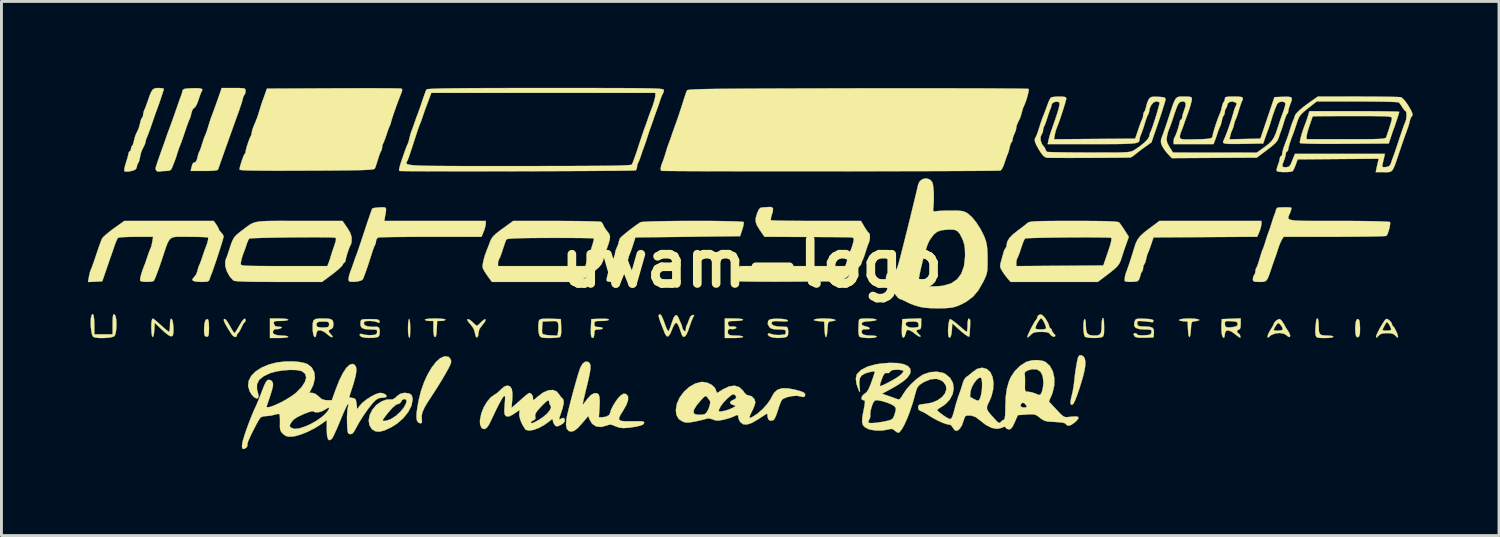
<source format=kicad_pcb>
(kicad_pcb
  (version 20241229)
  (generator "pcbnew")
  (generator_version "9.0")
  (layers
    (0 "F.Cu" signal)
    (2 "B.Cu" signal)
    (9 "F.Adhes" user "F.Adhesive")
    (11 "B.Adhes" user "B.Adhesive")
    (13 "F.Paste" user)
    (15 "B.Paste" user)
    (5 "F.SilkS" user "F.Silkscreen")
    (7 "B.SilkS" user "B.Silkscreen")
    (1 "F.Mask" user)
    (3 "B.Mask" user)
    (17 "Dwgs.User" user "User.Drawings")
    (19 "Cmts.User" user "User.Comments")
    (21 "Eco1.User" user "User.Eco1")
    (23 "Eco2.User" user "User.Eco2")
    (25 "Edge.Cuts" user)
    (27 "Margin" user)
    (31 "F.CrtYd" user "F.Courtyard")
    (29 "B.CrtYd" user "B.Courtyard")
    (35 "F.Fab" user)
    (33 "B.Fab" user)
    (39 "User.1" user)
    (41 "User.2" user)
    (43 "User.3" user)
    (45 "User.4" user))
  (footprint "uwam-logo"
    (layer "F.Cu")
    (at 23.043 6.101)
    (property "Reference" "uwam-logo" (at 0 0 0) (layer "F.SilkS") (effects (font (size 1.524 1.524) (thickness 0.3))))
    (attr through_hole)
    (fp_poly (pts (xy -11.874 1.951) (xy -11.86 2.046) (xy -11.854 2.192) (xy -11.853 2.241) (xy -11.856 2.435) (xy -11.865 2.546) (xy -11.88 2.578) (xy -11.903 2.534) (xy -11.91 2.508) (xy -11.925 2.41) (xy -11.93 2.276) (xy -11.927 2.134) (xy -11.917 2.011) (xy -11.9 1.935) (xy -11.891 1.924) (xy -11.874 1.951)) (stroke (width 0.01) (type solid)) (fill yes) (layer "F.SilkS"))
    (fp_poly (pts (xy 21.091 1.968) (xy 21.109 2.064) (xy 21.118 2.23) (xy 21.118 2.244) (xy 21.114 2.422) (xy 21.087 2.524) (xy 21.036 2.557) (xy 21.008 2.551) (xy 20.976 2.501) (xy 20.958 2.393) (xy 20.952 2.257) (xy 20.959 2.117) (xy 20.977 2.002) (xy 21.008 1.937) (xy 21.015 1.933) (xy 21.062 1.929) (xy 21.091 1.968)) (stroke (width 0.01) (type solid)) (fill yes) (layer "F.SilkS"))
    (fp_poly (pts (xy -18.864 1.951) (xy -18.845 2.042) (xy -18.839 2.205) (xy -18.838 2.251) (xy -18.843 2.415) (xy -18.86 2.508) (xy -18.89 2.54) (xy -18.895 2.54) (xy -18.967 2.521) (xy -18.979 2.512) (xy -19.002 2.446) (xy -19.009 2.327) (xy -19.005 2.188) (xy -18.989 2.058) (xy -18.963 1.97) (xy -18.951 1.953) (xy -18.898 1.924) (xy -18.864 1.951)) (stroke (width 0.01) (type solid)) (fill yes) (layer "F.SilkS"))
    (fp_poly (pts (xy -10.81 1.91) (xy -10.686 1.923) (xy -10.628 1.942) (xy -10.626 1.947) (xy -10.663 1.975) (xy -10.754 1.989) (xy -10.772 1.99) (xy -10.918 1.99) (xy -10.931 2.279) (xy -10.943 2.442) (xy -10.963 2.53) (xy -10.993 2.552) (xy -10.996 2.551) (xy -11.03 2.495) (xy -11.047 2.359) (xy -11.049 2.261) (xy -11.049 1.99) (xy -11.197 1.99) (xy -11.295 1.979) (xy -11.344 1.953) (xy -11.345 1.947) (xy -11.306 1.927) (xy -11.196 1.912) (xy -11.032 1.905) (xy -10.986 1.905) (xy -10.81 1.91)) (stroke (width 0.01) (type solid)) (fill yes) (layer "F.SilkS"))
    (fp_poly (pts (xy 2.683 1.91) (xy 2.811 1.925) (xy 2.891 1.944) (xy 2.913 1.965) (xy 2.868 1.985) (xy 2.784 1.998) (xy 2.707 2.008) (xy 2.665 2.036) (xy 2.645 2.102) (xy 2.635 2.226) (xy 2.633 2.265) (xy 2.617 2.437) (xy 2.595 2.533) (xy 2.571 2.55) (xy 2.549 2.486) (xy 2.533 2.341) (xy 2.531 2.303) (xy 2.519 2.011) (xy 2.339 1.998) (xy 2.21 1.982) (xy 2.158 1.961) (xy 2.176 1.939) (xy 2.257 1.92) (xy 2.393 1.908) (xy 2.516 1.905) (xy 2.683 1.91)) (stroke (width 0.01) (type solid)) (fill yes) (layer "F.SilkS"))
    (fp_poly (pts (xy 15.361 1.911) (xy 15.476 1.927) (xy 15.536 1.948) (xy 15.532 1.97) (xy 15.456 1.991) (xy 15.399 1.998) (xy 15.322 2.008) (xy 15.28 2.036) (xy 15.26 2.102) (xy 15.25 2.227) (xy 15.248 2.265) (xy 15.233 2.437) (xy 15.211 2.533) (xy 15.187 2.55) (xy 15.164 2.486) (xy 15.149 2.341) (xy 15.147 2.303) (xy 15.134 2.011) (xy 14.975 1.998) (xy 14.864 1.982) (xy 14.829 1.961) (xy 14.859 1.939) (xy 14.947 1.92) (xy 15.083 1.908) (xy 15.2 1.905) (xy 15.361 1.911)) (stroke (width 0.01) (type solid)) (fill yes) (layer "F.SilkS"))
    (fp_poly (pts (xy 11.528 3.233) (xy 11.561 3.291) (xy 11.584 3.4) (xy 11.581 3.544) (xy 11.549 3.732) (xy 11.487 3.976) (xy 11.393 4.285) (xy 11.373 4.344) (xy 11.289 4.592) (xy 11.221 4.763) (xy 11.167 4.865) (xy 11.122 4.904) (xy 11.082 4.886) (xy 11.071 4.87) (xy 11.066 4.807) (xy 11.084 4.693) (xy 11.106 4.603) (xy 11.144 4.439) (xy 11.178 4.239) (xy 11.197 4.085) (xy 11.221 3.864) (xy 11.254 3.634) (xy 11.29 3.425) (xy 11.325 3.266) (xy 11.33 3.249) (xy 11.379 3.184) (xy 11.455 3.181) (xy 11.528 3.233)) (stroke (width 0.01) (type solid)) (fill yes) (layer "F.SilkS"))
    (fp_poly (pts (xy 19.665 1.944) (xy 19.68 2.046) (xy 19.685 2.176) (xy 19.69 2.339) (xy 19.718 2.435) (xy 19.786 2.482) (xy 19.91 2.497) (xy 20.006 2.498) (xy 20.118 2.506) (xy 20.185 2.528) (xy 20.193 2.54) (xy 20.154 2.562) (xy 20.049 2.577) (xy 19.897 2.582) (xy 19.741 2.58) (xy 19.65 2.569) (xy 19.603 2.544) (xy 19.581 2.497) (xy 19.577 2.484) (xy 19.566 2.379) (xy 19.569 2.24) (xy 19.573 2.198) (xy 19.587 2.071) (xy 19.596 1.977) (xy 19.597 1.958) (xy 19.627 1.909) (xy 19.643 1.905) (xy 19.665 1.944)) (stroke (width 0.01) (type solid)) (fill yes) (layer "F.SilkS"))
    (fp_poly (pts (xy -9.811 1.937) (xy -9.727 1.996) (xy -9.691 2.029) (xy -9.606 2.109) (xy -9.548 2.154) (xy -9.537 2.159) (xy -9.496 2.131) (xy -9.42 2.061) (xy -9.384 2.024) (xy -9.294 1.944) (xy -9.244 1.932) (xy -9.237 1.943) (xy -9.253 2.004) (xy -9.315 2.093) (xy -9.351 2.133) (xy -9.454 2.276) (xy -9.483 2.402) (xy -9.496 2.504) (xy -9.526 2.56) (xy -9.561 2.554) (xy -9.582 2.509) (xy -9.607 2.408) (xy -9.625 2.327) (xy -9.67 2.23) (xy -9.751 2.118) (xy -9.779 2.088) (xy -9.854 1.996) (xy -9.873 1.937) (xy -9.865 1.927) (xy -9.811 1.937)) (stroke (width 0.01) (type solid)) (fill yes) (layer "F.SilkS"))
    (fp_poly (pts (xy -22.841 1.817) (xy -22.824 1.942) (xy -22.818 2.119) (xy -22.818 2.455) (xy -22.183 2.455) (xy -22.183 2.097) (xy -22.18 1.921) (xy -22.172 1.816) (xy -22.155 1.767) (xy -22.126 1.76) (xy -22.119 1.763) (xy -22.083 1.817) (xy -22.06 1.93) (xy -22.051 2.078) (xy -22.055 2.236) (xy -22.072 2.38) (xy -22.102 2.485) (xy -22.122 2.516) (xy -22.198 2.549) (xy -22.33 2.572) (xy -22.491 2.583) (xy -22.652 2.582) (xy -22.787 2.566) (xy -22.858 2.542) (xy -22.892 2.481) (xy -22.92 2.36) (xy -22.939 2.207) (xy -22.945 2.045) (xy -22.938 1.902) (xy -22.927 1.841) (xy -22.896 1.759) (xy -22.866 1.753) (xy -22.841 1.817)) (stroke (width 0.01) (type solid)) (fill yes) (layer "F.SilkS"))
    (fp_poly (pts (xy -17.568 1.959) (xy -17.568 1.965) (xy -17.585 2.024) (xy -17.6 2.032) (xy -17.634 2.068) (xy -17.685 2.158) (xy -17.715 2.223) (xy -17.77 2.333) (xy -17.816 2.402) (xy -17.832 2.413) (xy -17.862 2.447) (xy -17.865 2.472) (xy -17.889 2.539) (xy -17.948 2.545) (xy -18.023 2.491) (xy -18.062 2.44) (xy -18.203 2.217) (xy -18.291 2.058) (xy -18.327 1.96) (xy -18.313 1.922) (xy -18.277 1.928) (xy -18.231 1.974) (xy -18.164 2.073) (xy -18.103 2.181) (xy -18.035 2.302) (xy -17.981 2.386) (xy -17.954 2.413) (xy -17.922 2.379) (xy -17.864 2.289) (xy -17.797 2.172) (xy -17.707 2.022) (xy -17.636 1.933) (xy -17.587 1.91) (xy -17.568 1.959)) (stroke (width 0.01) (type solid)) (fill yes) (layer "F.SilkS"))
    (fp_poly (pts (xy -4.983 1.925) (xy -4.953 1.945) (xy -4.992 1.97) (xy -5.097 1.986) (xy -5.207 1.99) (xy -5.348 1.992) (xy -5.424 2.004) (xy -5.455 2.035) (xy -5.461 2.092) (xy -5.461 2.095) (xy -5.45 2.167) (xy -5.4 2.196) (xy -5.313 2.201) (xy -5.215 2.212) (xy -5.166 2.238) (xy -5.165 2.244) (xy -5.202 2.272) (xy -5.293 2.286) (xy -5.313 2.286) (xy -5.412 2.293) (xy -5.453 2.33) (xy -5.461 2.423) (xy -5.461 2.434) (xy -5.476 2.537) (xy -5.511 2.582) (xy -5.553 2.56) (xy -5.57 2.525) (xy -5.58 2.455) (xy -5.583 2.329) (xy -5.58 2.197) (xy -5.567 1.926) (xy -5.26 1.914) (xy -5.088 1.913) (xy -4.983 1.925)) (stroke (width 0.01) (type solid)) (fill yes) (layer "F.SilkS"))
    (fp_poly (pts (xy -10.521 3.237) (xy -10.456 3.308) (xy -10.45 3.321) (xy -10.433 3.376) (xy -10.438 3.44) (xy -10.47 3.528) (xy -10.536 3.658) (xy -10.626 3.819) (xy -10.756 4.04) (xy -10.908 4.287) (xy -11.055 4.517) (xy -11.101 4.587) (xy -11.254 4.82) (xy -11.359 5) (xy -11.423 5.142) (xy -11.453 5.259) (xy -11.453 5.364) (xy -11.448 5.4) (xy -11.446 5.509) (xy -11.488 5.551) (xy -11.563 5.52) (xy -11.591 5.495) (xy -11.626 5.428) (xy -11.638 5.315) (xy -11.627 5.146) (xy -11.591 4.912) (xy -11.556 4.727) (xy -11.477 4.413) (xy -11.371 4.114) (xy -11.245 3.84) (xy -11.105 3.603) (xy -10.958 3.414) (xy -10.811 3.283) (xy -10.671 3.221) (xy -10.632 3.217) (xy -10.521 3.237)) (stroke (width 0.01) (type solid)) (fill yes) (layer "F.SilkS"))
    (fp_poly (pts (xy -20.746 1.932) (xy -20.658 2.003) (xy -20.543 2.105) (xy -20.508 2.137) (xy -20.387 2.245) (xy -20.289 2.326) (xy -20.231 2.367) (xy -20.225 2.37) (xy -20.207 2.332) (xy -20.196 2.233) (xy -20.193 2.134) (xy -20.187 1.992) (xy -20.167 1.923) (xy -20.14 1.915) (xy -20.11 1.964) (xy -20.087 2.07) (xy -20.074 2.205) (xy -20.072 2.342) (xy -20.082 2.454) (xy -20.104 2.51) (xy -20.155 2.525) (xy -20.237 2.489) (xy -20.357 2.398) (xy -20.523 2.246) (xy -20.532 2.237) (xy -20.722 2.053) (xy -20.735 2.286) (xy -20.751 2.444) (xy -20.773 2.532) (xy -20.798 2.547) (xy -20.821 2.484) (xy -20.835 2.364) (xy -20.842 2.176) (xy -20.834 2.026) (xy -20.813 1.931) (xy -20.789 1.905) (xy -20.746 1.932)) (stroke (width 0.01) (type solid)) (fill yes) (layer "F.SilkS"))
    (fp_poly (pts (xy -16.244 1.91) (xy -16.133 1.924) (xy -16.087 1.945) (xy -16.087 1.947) (xy -16.125 1.97) (xy -16.226 1.985) (xy -16.344 1.99) (xy -16.485 1.992) (xy -16.56 2.003) (xy -16.588 2.031) (xy -16.587 2.083) (xy -16.587 2.085) (xy -16.543 2.166) (xy -16.489 2.184) (xy -16.363 2.193) (xy -16.311 2.206) (xy -16.321 2.228) (xy -16.354 2.248) (xy -16.443 2.276) (xy -16.488 2.271) (xy -16.561 2.28) (xy -16.597 2.31) (xy -16.627 2.388) (xy -16.58 2.448) (xy -16.465 2.486) (xy -16.314 2.498) (xy -16.188 2.505) (xy -16.106 2.523) (xy -16.087 2.54) (xy -16.126 2.561) (xy -16.233 2.576) (xy -16.389 2.582) (xy -16.404 2.582) (xy -16.722 2.582) (xy -16.722 1.905) (xy -16.404 1.905) (xy -16.244 1.91)) (stroke (width 0.01) (type solid)) (fill yes) (layer "F.SilkS"))
    (fp_poly (pts (xy 12.215 1.909) (xy 12.229 2.011) (xy 12.234 2.186) (xy 12.234 2.194) (xy 12.233 2.363) (xy 12.224 2.465) (xy 12.203 2.52) (xy 12.166 2.547) (xy 12.139 2.556) (xy 12.012 2.576) (xy 11.86 2.581) (xy 11.715 2.573) (xy 11.604 2.552) (xy 11.565 2.532) (xy 11.539 2.465) (xy 11.522 2.347) (xy 11.515 2.205) (xy 11.52 2.069) (xy 11.536 1.966) (xy 11.557 1.926) (xy 11.583 1.947) (xy 11.597 2.042) (xy 11.599 2.117) (xy 11.609 2.3) (xy 11.644 2.414) (xy 11.718 2.475) (xy 11.84 2.497) (xy 11.892 2.498) (xy 12.013 2.491) (xy 12.088 2.458) (xy 12.129 2.386) (xy 12.146 2.257) (xy 12.149 2.109) (xy 12.158 1.986) (xy 12.179 1.901) (xy 12.192 1.884) (xy 12.215 1.909)) (stroke (width 0.01) (type solid)) (fill yes) (layer "F.SilkS"))
    (fp_poly (pts (xy -0.454 1.91) (xy -0.342 1.924) (xy -0.297 1.945) (xy -0.296 1.947) (xy -0.335 1.97) (xy -0.435 1.985) (xy -0.543 1.99) (xy -0.701 1.993) (xy -0.789 2.008) (xy -0.823 2.042) (xy -0.82 2.103) (xy -0.815 2.122) (xy -0.773 2.185) (xy -0.703 2.185) (xy -0.604 2.182) (xy -0.555 2.198) (xy -0.527 2.231) (xy -0.575 2.259) (xy -0.587 2.263) (xy -0.672 2.277) (xy -0.711 2.27) (xy -0.777 2.266) (xy -0.824 2.319) (xy -0.829 2.402) (xy -0.827 2.408) (xy -0.8 2.459) (xy -0.746 2.486) (xy -0.643 2.496) (xy -0.547 2.498) (xy -0.413 2.504) (xy -0.323 2.521) (xy -0.296 2.54) (xy -0.336 2.561) (xy -0.442 2.576) (xy -0.599 2.582) (xy -0.614 2.582) (xy -0.931 2.582) (xy -0.931 1.905) (xy -0.614 1.905) (xy -0.454 1.91)) (stroke (width 0.01) (type solid)) (fill yes) (layer "F.SilkS"))
    (fp_poly (pts (xy 7.578 1.939) (xy 7.583 1.958) (xy 7.585 2.042) (xy 7.582 2.167) (xy 7.576 2.305) (xy 7.568 2.431) (xy 7.559 2.515) (xy 7.554 2.535) (xy 7.507 2.526) (xy 7.411 2.463) (xy 7.276 2.354) (xy 7.154 2.246) (xy 6.964 2.071) (xy 6.951 2.295) (xy 6.934 2.444) (xy 6.906 2.541) (xy 6.872 2.576) (xy 6.838 2.537) (xy 6.836 2.532) (xy 6.82 2.444) (xy 6.817 2.317) (xy 6.825 2.177) (xy 6.842 2.048) (xy 6.865 1.956) (xy 6.888 1.926) (xy 6.943 1.953) (xy 7.04 2.023) (xy 7.163 2.122) (xy 7.193 2.148) (xy 7.314 2.253) (xy 7.41 2.33) (xy 7.464 2.369) (xy 7.469 2.371) (xy 7.482 2.332) (xy 7.491 2.234) (xy 7.493 2.138) (xy 7.5 2.01) (xy 7.518 1.926) (xy 7.535 1.905) (xy 7.578 1.939)) (stroke (width 0.01) (type solid)) (fill yes) (layer "F.SilkS"))
    (fp_poly (pts (xy -6.981 1.914) (xy -6.625 1.926) (xy -6.612 2.219) (xy -6.611 2.4) (xy -6.628 2.507) (xy -6.655 2.546) (xy -6.722 2.564) (xy -6.848 2.576) (xy -7.006 2.582) (xy -7.015 2.582) (xy -7.18 2.579) (xy -7.28 2.566) (xy -7.336 2.538) (xy -7.365 2.5) (xy -7.392 2.404) (xy -7.4 2.321) (xy -7.278 2.321) (xy -7.272 2.412) (xy -7.268 2.43) (xy -7.217 2.459) (xy -7.104 2.481) (xy -6.995 2.489) (xy -6.742 2.499) (xy -6.717 2.34) (xy -6.706 2.207) (xy -6.714 2.093) (xy -6.716 2.083) (xy -6.738 2.03) (xy -6.78 2.002) (xy -6.864 1.994) (xy -7.001 1.998) (xy -7.26 2.011) (xy -7.273 2.196) (xy -7.278 2.321) (xy -7.4 2.321) (xy -7.405 2.265) (xy -7.404 2.118) (xy -7.389 1.999) (xy -7.372 1.956) (xy -7.323 1.927) (xy -7.215 1.913) (xy -7.036 1.912) (xy -6.981 1.914)) (stroke (width 0.01) (type solid)) (fill yes) (layer "F.SilkS"))
    (fp_poly (pts (xy 4.191 1.912) (xy 4.298 1.929) (xy 4.336 1.951) (xy 4.299 1.974) (xy 4.185 1.992) (xy 4.097 1.998) (xy 3.943 2.011) (xy 3.856 2.034) (xy 3.821 2.071) (xy 3.819 2.08) (xy 3.837 2.135) (xy 3.926 2.171) (xy 3.956 2.177) (xy 4.064 2.211) (xy 4.103 2.248) (xy 4.071 2.275) (xy 3.97 2.278) (xy 3.869 2.281) (xy 3.824 2.322) (xy 3.818 2.344) (xy 3.826 2.422) (xy 3.893 2.47) (xy 4.03 2.494) (xy 4.141 2.497) (xy 4.273 2.504) (xy 4.337 2.524) (xy 4.339 2.54) (xy 4.282 2.566) (xy 4.17 2.58) (xy 4.031 2.582) (xy 3.893 2.573) (xy 3.784 2.553) (xy 3.737 2.529) (xy 3.714 2.46) (xy 3.705 2.326) (xy 3.711 2.12) (xy 3.719 2) (xy 3.728 1.95) (xy 3.762 1.922) (xy 3.837 1.909) (xy 3.973 1.905) (xy 4.019 1.905) (xy 4.191 1.912)) (stroke (width 0.01) (type solid)) (fill yes) (layer "F.SilkS"))
    (fp_poly (pts (xy 22.079 1.928) (xy 22.151 1.98) (xy 22.209 2.051) (xy 22.225 2.099) (xy 22.246 2.158) (xy 22.257 2.166) (xy 22.303 2.216) (xy 22.358 2.314) (xy 22.407 2.425) (xy 22.434 2.516) (xy 22.435 2.533) (xy 22.425 2.571) (xy 22.388 2.546) (xy 22.354 2.508) (xy 22.285 2.448) (xy 22.188 2.419) (xy 22.056 2.413) (xy 21.91 2.421) (xy 21.818 2.453) (xy 21.757 2.508) (xy 21.701 2.567) (xy 21.679 2.56) (xy 21.676 2.532) (xy 21.697 2.464) (xy 21.75 2.349) (xy 21.779 2.297) (xy 21.895 2.297) (xy 21.919 2.317) (xy 21.995 2.327) (xy 22.089 2.326) (xy 22.168 2.314) (xy 22.196 2.301) (xy 22.194 2.253) (xy 22.159 2.17) (xy 22.11 2.086) (xy 22.064 2.036) (xy 22.053 2.032) (xy 22.026 2.053) (xy 21.982 2.126) (xy 21.912 2.261) (xy 21.895 2.297) (xy 21.779 2.297) (xy 21.824 2.213) (xy 21.903 2.08) (xy 21.973 1.974) (xy 22.021 1.921) (xy 22.079 1.928)) (stroke (width 0.01) (type solid)) (fill yes) (layer "F.SilkS"))
    (fp_poly (pts (xy 18.393 1.976) (xy 18.46 2.073) (xy 18.48 2.107) (xy 18.536 2.21) (xy 18.577 2.277) (xy 18.584 2.286) (xy 18.619 2.336) (xy 18.66 2.404) (xy 18.694 2.498) (xy 18.68 2.548) (xy 18.63 2.54) (xy 18.586 2.5) (xy 18.479 2.434) (xy 18.331 2.408) (xy 18.173 2.424) (xy 18.038 2.479) (xy 18.005 2.505) (xy 17.938 2.562) (xy 17.911 2.561) (xy 17.907 2.524) (xy 17.93 2.445) (xy 17.987 2.336) (xy 18.005 2.307) (xy 18.119 2.307) (xy 18.155 2.324) (xy 18.239 2.328) (xy 18.336 2.322) (xy 18.412 2.306) (xy 18.431 2.294) (xy 18.428 2.237) (xy 18.387 2.16) (xy 18.329 2.092) (xy 18.278 2.063) (xy 18.265 2.066) (xy 18.217 2.121) (xy 18.162 2.207) (xy 18.124 2.285) (xy 18.119 2.307) (xy 18.005 2.307) (xy 18.013 2.295) (xy 18.077 2.193) (xy 18.115 2.12) (xy 18.119 2.105) (xy 18.15 2.037) (xy 18.221 1.968) (xy 18.299 1.927) (xy 18.336 1.926) (xy 18.393 1.976)) (stroke (width 0.01) (type solid)) (fill yes) (layer "F.SilkS"))
    (fp_poly (pts (xy 5.884 2.094) (xy 5.879 2.213) (xy 5.856 2.27) (xy 5.807 2.286) (xy 5.8 2.286) (xy 5.728 2.307) (xy 5.727 2.364) (xy 5.797 2.446) (xy 5.81 2.458) (xy 5.867 2.516) (xy 5.849 2.538) (xy 5.844 2.539) (xy 5.774 2.512) (xy 5.684 2.447) (xy 5.675 2.439) (xy 5.572 2.36) (xy 5.473 2.31) (xy 5.471 2.309) (xy 5.402 2.301) (xy 5.366 2.346) (xy 5.349 2.411) (xy 5.315 2.521) (xy 5.273 2.569) (xy 5.233 2.545) (xy 5.226 2.528) (xy 5.216 2.456) (xy 5.212 2.329) (xy 5.215 2.197) (xy 5.221 2.085) (xy 5.342 2.085) (xy 5.366 2.155) (xy 5.45 2.205) (xy 5.574 2.224) (xy 5.63 2.221) (xy 5.725 2.209) (xy 5.771 2.204) (xy 5.793 2.167) (xy 5.792 2.106) (xy 5.774 2.049) (xy 5.726 2.021) (xy 5.624 2.011) (xy 5.567 2.011) (xy 5.435 2.017) (xy 5.367 2.041) (xy 5.342 2.085) (xy 5.221 2.085) (xy 5.228 1.926) (xy 5.884 1.901) (xy 5.884 2.094)) (stroke (width 0.01) (type solid)) (fill yes) (layer "F.SilkS"))
    (fp_poly (pts (xy 16.976 2.094) (xy 16.968 2.22) (xy 16.94 2.278) (xy 16.912 2.286) (xy 16.856 2.32) (xy 16.849 2.349) (xy 16.869 2.406) (xy 16.886 2.413) (xy 16.929 2.446) (xy 16.962 2.513) (xy 16.962 2.567) (xy 16.96 2.57) (xy 16.921 2.555) (xy 16.842 2.498) (xy 16.799 2.462) (xy 16.654 2.356) (xy 16.538 2.316) (xy 16.46 2.341) (xy 16.426 2.432) (xy 16.425 2.455) (xy 16.411 2.555) (xy 16.379 2.577) (xy 16.341 2.524) (xy 16.32 2.445) (xy 16.307 2.312) (xy 16.306 2.155) (xy 16.308 2.117) (xy 16.309 2.09) (xy 16.425 2.09) (xy 16.438 2.17) (xy 16.487 2.209) (xy 16.589 2.215) (xy 16.696 2.203) (xy 16.811 2.179) (xy 16.862 2.139) (xy 16.87 2.095) (xy 16.858 2.045) (xy 16.808 2.016) (xy 16.701 2.002) (xy 16.648 1.998) (xy 16.518 1.993) (xy 16.452 2.004) (xy 16.428 2.04) (xy 16.425 2.09) (xy 16.309 2.09) (xy 16.32 1.926) (xy 16.648 1.914) (xy 16.976 1.901) (xy 16.976 2.094)) (stroke (width 0.01) (type solid)) (fill yes) (layer "F.SilkS"))
    (fp_poly (pts (xy 17.695 -1.376) (xy 17.678 -1.27) (xy 17.637 -1.137) (xy 17.622 -1.101) (xy 17.549 -0.932) (xy 15.749 -0.921) (xy 13.949 -0.91) (xy 13.864 -0.656) (xy 13.815 -0.516) (xy 13.774 -0.408) (xy 13.751 -0.36) (xy 13.726 -0.292) (xy 13.698 -0.181) (xy 13.694 -0.158) (xy 13.665 -0.049) (xy 13.633 0.018) (xy 13.627 0.024) (xy 13.597 0.08) (xy 13.589 0.148) (xy 13.575 0.235) (xy 13.551 0.272) (xy 13.519 0.326) (xy 13.489 0.427) (xy 13.487 0.44) (xy 13.451 0.545) (xy 13.4 0.607) (xy 13.394 0.61) (xy 13.31 0.627) (xy 13.194 0.634) (xy 13.075 0.632) (xy 12.984 0.621) (xy 12.949 0.603) (xy 12.952 0.483) (xy 12.982 0.349) (xy 12.994 0.318) (xy 13.035 0.21) (xy 13.091 0.048) (xy 13.154 -0.14) (xy 13.214 -0.329) (xy 13.263 -0.492) (xy 13.269 -0.512) (xy 13.327 -0.692) (xy 13.394 -0.833) (xy 13.487 -0.955) (xy 13.621 -1.079) (xy 13.798 -1.216) (xy 14.154 -1.482) (xy 17.695 -1.482) (xy 17.695 -1.376)) (stroke (width 0.01) (type solid)) (fill yes) (layer "F.SilkS"))
    (fp_poly (pts (xy 1.086 1.923) (xy 1.199 1.942) (xy 1.256 1.97) (xy 1.258 1.974) (xy 1.238 2) (xy 1.15 2.008) (xy 1.003 2.001) (xy 0.828 1.994) (xy 0.728 2.009) (xy 0.7 2.03) (xy 0.693 2.099) (xy 0.762 2.151) (xy 0.899 2.181) (xy 0.964 2.186) (xy 1.095 2.191) (xy 1.193 2.196) (xy 1.217 2.197) (xy 1.254 2.24) (xy 1.27 2.349) (xy 1.27 2.366) (xy 1.261 2.479) (xy 1.223 2.536) (xy 1.175 2.556) (xy 1.027 2.578) (xy 0.862 2.579) (xy 0.713 2.56) (xy 0.613 2.523) (xy 0.611 2.522) (xy 0.558 2.462) (xy 0.574 2.425) (xy 0.644 2.428) (xy 0.688 2.446) (xy 0.8 2.473) (xy 0.962 2.479) (xy 1.143 2.462) (xy 1.154 2.461) (xy 1.18 2.42) (xy 1.185 2.371) (xy 1.176 2.323) (xy 1.134 2.297) (xy 1.041 2.287) (xy 0.938 2.286) (xy 0.775 2.278) (xy 0.672 2.249) (xy 0.62 2.209) (xy 0.557 2.096) (xy 0.572 1.994) (xy 0.61 1.95) (xy 0.681 1.926) (xy 0.801 1.914) (xy 0.945 1.913) (xy 1.086 1.923)) (stroke (width 0.01) (type solid)) (fill yes) (layer "F.SilkS"))
    (fp_poly (pts (xy -14.704 1.91) (xy -14.596 1.932) (xy -14.541 1.98) (xy -14.522 2.061) (xy -14.52 2.104) (xy -14.534 2.214) (xy -14.583 2.266) (xy -14.605 2.274) (xy -14.679 2.315) (xy -14.672 2.382) (xy -14.603 2.457) (xy -14.552 2.519) (xy -14.555 2.557) (xy -14.606 2.545) (xy -14.69 2.487) (xy -14.729 2.452) (xy -14.84 2.369) (xy -14.95 2.32) (xy -14.978 2.315) (xy -15.058 2.322) (xy -15.097 2.373) (xy -15.113 2.447) (xy -15.133 2.537) (xy -15.162 2.554) (xy -15.187 2.534) (xy -15.217 2.461) (xy -15.236 2.328) (xy -15.24 2.219) (xy -15.236 2.09) (xy -15.106 2.09) (xy -15.103 2.164) (xy -15.05 2.204) (xy -14.933 2.218) (xy -14.853 2.218) (xy -14.737 2.209) (xy -14.683 2.184) (xy -14.669 2.128) (xy -14.668 2.112) (xy -14.676 2.052) (xy -14.713 2.022) (xy -14.802 2.012) (xy -14.88 2.011) (xy -15.01 2.017) (xy -15.078 2.039) (xy -15.105 2.086) (xy -15.106 2.09) (xy -15.236 2.09) (xy -15.235 2.067) (xy -15.211 1.974) (xy -15.149 1.926) (xy -15.034 1.908) (xy -14.88 1.905) (xy -14.704 1.91)) (stroke (width 0.01) (type solid)) (fill yes) (layer "F.SilkS"))
    (fp_poly (pts (xy 13.579 1.911) (xy 13.641 1.914) (xy 13.807 1.924) (xy 13.904 1.942) (xy 13.945 1.971) (xy 13.949 1.99) (xy 13.918 2.036) (xy 13.885 2.034) (xy 13.809 2.021) (xy 13.682 2.006) (xy 13.596 1.999) (xy 13.466 1.991) (xy 13.401 1.999) (xy 13.381 2.03) (xy 13.384 2.081) (xy 13.4 2.137) (xy 13.441 2.167) (xy 13.529 2.18) (xy 13.643 2.183) (xy 13.813 2.193) (xy 13.914 2.227) (xy 13.959 2.294) (xy 13.964 2.405) (xy 13.963 2.418) (xy 13.949 2.561) (xy 13.652 2.573) (xy 13.455 2.573) (xy 13.334 2.551) (xy 13.303 2.533) (xy 13.254 2.46) (xy 13.276 2.419) (xy 13.314 2.413) (xy 13.37 2.437) (xy 13.377 2.457) (xy 13.417 2.481) (xy 13.525 2.49) (xy 13.621 2.489) (xy 13.76 2.478) (xy 13.836 2.458) (xy 13.869 2.419) (xy 13.878 2.381) (xy 13.879 2.328) (xy 13.851 2.299) (xy 13.774 2.288) (xy 13.645 2.285) (xy 13.448 2.271) (xy 13.326 2.227) (xy 13.275 2.148) (xy 13.287 2.029) (xy 13.298 1.998) (xy 13.322 1.948) (xy 13.364 1.921) (xy 13.443 1.91) (xy 13.579 1.911)) (stroke (width 0.01) (type solid)) (fill yes) (layer "F.SilkS"))
    (fp_poly (pts (xy -11.884 4.507) (xy -11.8 4.571) (xy -11.77 4.69) (xy -11.77 4.718) (xy -11.81 4.931) (xy -11.922 5.151) (xy -12.092 5.364) (xy -12.312 5.555) (xy -12.524 5.687) (xy -12.746 5.79) (xy -12.919 5.835) (xy -13.056 5.823) (xy -13.17 5.756) (xy -13.189 5.738) (xy -13.273 5.599) (xy -13.291 5.445) (xy -12.809 5.445) (xy -12.785 5.46) (xy -12.745 5.461) (xy -12.645 5.442) (xy -12.525 5.396) (xy -12.518 5.393) (xy -12.352 5.286) (xy -12.199 5.147) (xy -12.075 4.996) (xy -11.998 4.852) (xy -11.98 4.765) (xy -12.009 4.71) (xy -12.072 4.702) (xy -12.136 4.737) (xy -12.162 4.784) (xy -12.214 4.853) (xy -12.264 4.868) (xy -12.353 4.904) (xy -12.473 5.008) (xy -12.619 5.172) (xy -12.72 5.302) (xy -12.789 5.398) (xy -12.809 5.445) (xy -13.291 5.445) (xy -13.293 5.429) (xy -13.255 5.246) (xy -13.165 5.067) (xy -13.03 4.908) (xy -12.854 4.787) (xy -12.845 4.782) (xy -12.687 4.724) (xy -12.564 4.714) (xy -12.554 4.716) (xy -12.465 4.715) (xy -12.371 4.657) (xy -12.326 4.614) (xy -12.208 4.522) (xy -12.08 4.489) (xy -12.034 4.487) (xy -11.884 4.507)) (stroke (width 0.01) (type solid)) (fill yes) (layer "F.SilkS"))
    (fp_poly (pts (xy -13.086 1.929) (xy -12.988 1.94) (xy -12.938 1.963) (xy -12.919 2.003) (xy -12.919 2.004) (xy -12.919 2.056) (xy -12.963 2.049) (xy -12.99 2.036) (xy -13.085 2.007) (xy -13.219 1.991) (xy -13.269 1.99) (xy -13.389 1.995) (xy -13.446 2.018) (xy -13.462 2.067) (xy -13.462 2.072) (xy -13.435 2.138) (xy -13.343 2.175) (xy -13.324 2.178) (xy -13.209 2.192) (xy -13.124 2.195) (xy -13.123 2.195) (xy -12.998 2.192) (xy -12.934 2.228) (xy -12.913 2.318) (xy -12.912 2.366) (xy -12.921 2.479) (xy -12.958 2.536) (xy -13.007 2.556) (xy -13.14 2.576) (xy -13.298 2.579) (xy -13.446 2.567) (xy -13.55 2.54) (xy -13.558 2.536) (xy -13.61 2.481) (xy -13.595 2.44) (xy -13.529 2.442) (xy -13.512 2.45) (xy -13.429 2.471) (xy -13.3 2.482) (xy -13.229 2.482) (xy -13.101 2.474) (xy -13.035 2.451) (xy -13.008 2.405) (xy -13.004 2.381) (xy -13.003 2.328) (xy -13.03 2.3) (xy -13.105 2.288) (xy -13.242 2.286) (xy -13.422 2.274) (xy -13.53 2.233) (xy -13.579 2.154) (xy -13.581 2.045) (xy -13.571 1.985) (xy -13.546 1.949) (xy -13.487 1.932) (xy -13.375 1.927) (xy -13.251 1.926) (xy -13.086 1.929)) (stroke (width 0.01) (type solid)) (fill yes) (layer "F.SilkS"))
    (fp_poly (pts (xy 10.077 1.779) (xy 10.149 1.845) (xy 10.229 1.954) (xy 10.296 2.074) (xy 10.329 2.171) (xy 10.329 2.183) (xy 10.353 2.237) (xy 10.372 2.244) (xy 10.41 2.278) (xy 10.414 2.302) (xy 10.444 2.376) (xy 10.477 2.413) (xy 10.531 2.474) (xy 10.541 2.503) (xy 10.513 2.539) (xy 10.451 2.53) (xy 10.384 2.483) (xy 10.362 2.455) (xy 10.316 2.407) (xy 10.242 2.381) (xy 10.116 2.371) (xy 10.046 2.371) (xy 9.893 2.375) (xy 9.795 2.395) (xy 9.723 2.439) (xy 9.675 2.487) (xy 9.607 2.548) (xy 9.57 2.559) (xy 9.567 2.55) (xy 9.586 2.487) (xy 9.634 2.378) (xy 9.698 2.247) (xy 9.7 2.244) (xy 9.85 2.244) (xy 9.852 2.254) (xy 9.902 2.276) (xy 10 2.285) (xy 10.109 2.282) (xy 10.194 2.267) (xy 10.218 2.253) (xy 10.214 2.196) (xy 10.18 2.099) (xy 10.13 1.995) (xy 10.078 1.916) (xy 10.059 1.898) (xy 10.02 1.915) (xy 9.965 1.985) (xy 9.908 2.081) (xy 9.864 2.176) (xy 9.85 2.244) (xy 9.7 2.244) (xy 9.767 2.117) (xy 9.829 2.013) (xy 9.87 1.957) (xy 9.874 1.954) (xy 9.904 1.906) (xy 9.906 1.889) (xy 9.939 1.803) (xy 10.015 1.765) (xy 10.077 1.779)) (stroke (width 0.01) (type solid)) (fill yes) (layer "F.SilkS"))
    (fp_poly (pts (xy -17.793 -6.095) (xy -17.673 -6.09) (xy -17.605 -6.078) (xy -17.576 -6.053) (xy -17.569 -6.013) (xy -17.568 -5.993) (xy -17.582 -5.904) (xy -17.606 -5.866) (xy -17.64 -5.811) (xy -17.664 -5.726) (xy -17.686 -5.64) (xy -17.732 -5.496) (xy -17.793 -5.315) (xy -17.855 -5.144) (xy -17.912 -4.986) (xy -17.986 -4.781) (xy -18.071 -4.543) (xy -18.162 -4.288) (xy -18.254 -4.031) (xy -18.34 -3.788) (xy -18.416 -3.573) (xy -18.476 -3.402) (xy -18.515 -3.291) (xy -18.522 -3.27) (xy -18.559 -3.245) (xy -18.657 -3.228) (xy -18.824 -3.219) (xy -19.007 -3.217) (xy -19.475 -3.217) (xy -19.447 -3.334) (xy -19.415 -3.448) (xy -19.381 -3.5) (xy -19.332 -3.514) (xy -19.327 -3.514) (xy -19.284 -3.551) (xy -19.247 -3.646) (xy -19.241 -3.672) (xy -19.214 -3.787) (xy -19.185 -3.866) (xy -19.18 -3.873) (xy -19.152 -3.934) (xy -19.11 -4.05) (xy -19.072 -4.17) (xy -19.028 -4.31) (xy -18.988 -4.419) (xy -18.966 -4.466) (xy -18.94 -4.527) (xy -18.9 -4.643) (xy -18.863 -4.763) (xy -18.818 -4.912) (xy -18.777 -5.039) (xy -18.754 -5.101) (xy -18.721 -5.186) (xy -18.668 -5.329) (xy -18.603 -5.508) (xy -18.535 -5.7) (xy -18.471 -5.884) (xy -18.452 -5.937) (xy -18.398 -6.096) (xy -17.983 -6.096) (xy -17.793 -6.095)) (stroke (width 0.01) (type solid)) (fill yes) (layer "F.SilkS"))
    (fp_poly (pts (xy -12.72 -1.947) (xy -12.692 -1.905) (xy -12.696 -1.815) (xy -12.723 -1.659) (xy -12.726 -1.64) (xy -12.753 -1.482) (xy -9.229 -1.482) (xy -9.229 -1.387) (xy -9.245 -1.29) (xy -9.284 -1.159) (xy -9.303 -1.112) (xy -9.377 -0.932) (xy -11.141 -0.931) (xy -11.521 -0.931) (xy -11.876 -0.929) (xy -12.198 -0.926) (xy -12.475 -0.923) (xy -12.7 -0.919) (xy -12.864 -0.914) (xy -12.956 -0.908) (xy -12.972 -0.906) (xy -13.025 -0.847) (xy -13.039 -0.787) (xy -13.053 -0.694) (xy -13.072 -0.654) (xy -13.102 -0.595) (xy -13.144 -0.48) (xy -13.184 -0.36) (xy -13.245 -0.167) (xy -13.312 0.038) (xy -13.379 0.233) (xy -13.439 0.398) (xy -13.484 0.515) (xy -13.501 0.55) (xy -13.558 0.587) (xy -13.668 0.616) (xy -13.797 0.632) (xy -13.912 0.631) (xy -13.981 0.61) (xy -13.981 0.609) (xy -13.995 0.546) (xy -13.979 0.433) (xy -13.938 0.298) (xy -13.929 0.275) (xy -13.895 0.186) (xy -13.849 0.055) (xy -13.823 -0.021) (xy -13.775 -0.16) (xy -13.732 -0.277) (xy -13.716 -0.318) (xy -13.691 -0.384) (xy -13.646 -0.516) (xy -13.584 -0.7) (xy -13.51 -0.92) (xy -13.437 -1.143) (xy -13.359 -1.38) (xy -13.288 -1.588) (xy -13.23 -1.755) (xy -13.189 -1.868) (xy -13.17 -1.912) (xy -13.117 -1.93) (xy -13.007 -1.945) (xy -12.912 -1.952) (xy -12.79 -1.957) (xy -12.72 -1.947)) (stroke (width 0.01) (type solid)) (fill yes) (layer "F.SilkS"))
    (fp_poly (pts (xy -3.141 1.793) (xy -3.103 1.865) (xy -3.051 1.993) (xy -2.985 2.173) (xy -2.939 2.281) (xy -2.899 2.34) (xy -2.881 2.343) (xy -2.854 2.286) (xy -2.813 2.174) (xy -2.77 2.043) (xy -2.708 1.877) (xy -2.65 1.795) (xy -2.594 1.796) (xy -2.541 1.879) (xy -2.535 1.894) (xy -2.487 2.007) (xy -2.451 2.084) (xy -2.418 2.177) (xy -2.413 2.217) (xy -2.383 2.291) (xy -2.349 2.328) (xy -2.303 2.355) (xy -2.287 2.313) (xy -2.286 2.277) (xy -2.274 2.185) (xy -2.254 2.141) (xy -2.223 2.083) (xy -2.186 1.978) (xy -2.179 1.955) (xy -2.123 1.833) (xy -2.053 1.784) (xy -1.998 1.783) (xy -2.012 1.824) (xy -2.014 1.826) (xy -2.05 1.897) (xy -2.098 2.018) (xy -2.133 2.117) (xy -2.203 2.32) (xy -2.26 2.452) (xy -2.309 2.521) (xy -2.352 2.54) (xy -2.382 2.534) (xy -2.408 2.506) (xy -2.437 2.438) (xy -2.48 2.315) (xy -2.51 2.223) (xy -2.556 2.118) (xy -2.607 2.058) (xy -2.623 2.053) (xy -2.669 2.091) (xy -2.725 2.189) (xy -2.769 2.297) (xy -2.837 2.453) (xy -2.899 2.527) (xy -2.956 2.518) (xy -3.01 2.427) (xy -3.012 2.424) (xy -3.107 2.185) (xy -3.172 2.014) (xy -3.211 1.898) (xy -3.228 1.826) (xy -3.226 1.786) (xy -3.207 1.767) (xy -3.203 1.765) (xy -3.172 1.764) (xy -3.141 1.793)) (stroke (width 0.01) (type solid)) (fill yes) (layer "F.SilkS"))
    (fp_poly (pts (xy -1.625 -1.482) (xy -1.305 -1.48) (xy -1.009 -1.476) (xy -0.749 -1.471) (xy -0.536 -1.465) (xy -0.38 -1.457) (xy -0.292 -1.448) (xy -0.277 -1.442) (xy -0.276 -1.383) (xy -0.299 -1.273) (xy -0.327 -1.178) (xy -0.402 -0.953) (xy -2.219 -0.931) (xy -4.037 -0.91) (xy -4.124 -0.635) (xy -4.173 -0.49) (xy -4.215 -0.375) (xy -4.24 -0.317) (xy -4.266 -0.25) (xy -4.293 -0.139) (xy -4.298 -0.116) (xy -4.326 -0.007) (xy -4.359 0.061) (xy -4.365 0.066) (xy -4.397 0.123) (xy -4.403 0.172) (xy -4.422 0.283) (xy -4.44 0.329) (xy -4.484 0.423) (xy -4.524 0.519) (xy -4.558 0.586) (xy -4.608 0.621) (xy -4.7 0.633) (xy -4.804 0.635) (xy -4.943 0.63) (xy -5.015 0.611) (xy -5.038 0.573) (xy -5.038 0.569) (xy -5.022 0.47) (xy -4.982 0.319) (xy -4.925 0.142) (xy -4.86 -0.036) (xy -4.795 -0.188) (xy -4.779 -0.222) (xy -4.746 -0.324) (xy -4.741 -0.37) (xy -4.722 -0.46) (xy -4.678 -0.566) (xy -4.632 -0.673) (xy -4.613 -0.756) (xy -4.587 -0.848) (xy -4.56 -0.893) (xy -4.502 -0.95) (xy -4.395 -1.041) (xy -4.259 -1.149) (xy -4.114 -1.259) (xy -3.98 -1.356) (xy -3.878 -1.425) (xy -3.854 -1.438) (xy -3.794 -1.448) (xy -3.662 -1.457) (xy -3.469 -1.465) (xy -3.225 -1.471) (xy -2.942 -1.476) (xy -2.629 -1.479) (xy -2.298 -1.482) (xy -1.96 -1.482) (xy -1.625 -1.482)) (stroke (width 0.01) (type solid)) (fill yes) (layer "F.SilkS"))
    (fp_poly (pts (xy -19.124 -6.08) (xy -19.068 -6.051) (xy -19.077 -6.005) (xy -19.081 -6) (xy -19.114 -5.934) (xy -19.16 -5.814) (xy -19.202 -5.686) (xy -19.259 -5.533) (xy -19.316 -5.434) (xy -19.351 -5.405) (xy -19.406 -5.352) (xy -19.447 -5.241) (xy -19.45 -5.223) (xy -19.477 -5.107) (xy -19.506 -5.026) (xy -19.511 -5.016) (xy -19.538 -4.959) (xy -19.582 -4.842) (xy -19.636 -4.687) (xy -19.66 -4.614) (xy -19.721 -4.435) (xy -19.778 -4.272) (xy -19.822 -4.153) (xy -19.833 -4.128) (xy -19.881 -4) (xy -19.931 -3.852) (xy -19.937 -3.831) (xy -19.978 -3.701) (xy -20.016 -3.594) (xy -20.022 -3.577) (xy -20.062 -3.478) (xy -20.109 -3.356) (xy -20.109 -3.355) (xy -20.154 -3.263) (xy -20.218 -3.225) (xy -20.322 -3.217) (xy -20.442 -3.212) (xy -20.53 -3.199) (xy -20.539 -3.197) (xy -20.622 -3.199) (xy -20.654 -3.213) (xy -20.693 -3.28) (xy -20.69 -3.329) (xy -20.662 -3.418) (xy -20.615 -3.559) (xy -20.559 -3.722) (xy -20.504 -3.879) (xy -20.46 -4.002) (xy -20.444 -4.043) (xy -20.412 -4.132) (xy -20.366 -4.263) (xy -20.34 -4.339) (xy -20.292 -4.478) (xy -20.25 -4.595) (xy -20.234 -4.636) (xy -20.199 -4.727) (xy -20.145 -4.877) (xy -20.078 -5.063) (xy -20.008 -5.263) (xy -19.941 -5.455) (xy -19.917 -5.524) (xy -19.869 -5.663) (xy -19.826 -5.78) (xy -19.81 -5.821) (xy -19.773 -5.933) (xy -19.761 -5.99) (xy -19.743 -6.036) (xy -19.696 -6.063) (xy -19.6 -6.079) (xy -19.456 -6.087) (xy -19.252 -6.091) (xy -19.124 -6.08)) (stroke (width 0.01) (type solid)) (fill yes) (layer "F.SilkS"))
    (fp_poly (pts (xy -20.48 -6.09) (xy -20.413 -6.076) (xy -20.405 -6.067) (xy -20.418 -6.016) (xy -20.451 -5.908) (xy -20.499 -5.765) (xy -20.551 -5.609) (xy -20.603 -5.463) (xy -20.644 -5.349) (xy -20.659 -5.313) (xy -20.688 -5.234) (xy -20.735 -5.1) (xy -20.791 -4.937) (xy -20.807 -4.889) (xy -20.867 -4.713) (xy -20.926 -4.552) (xy -20.972 -4.434) (xy -20.98 -4.417) (xy -21.021 -4.314) (xy -21.04 -4.241) (xy -21.04 -4.237) (xy -21.057 -4.163) (xy -21.082 -4.106) (xy -21.138 -3.995) (xy -21.166 -3.939) (xy -21.2 -3.843) (xy -21.23 -3.713) (xy -21.235 -3.684) (xy -21.26 -3.571) (xy -21.291 -3.498) (xy -21.299 -3.489) (xy -21.331 -3.432) (xy -21.336 -3.389) (xy -21.363 -3.301) (xy -21.389 -3.27) (xy -21.471 -3.231) (xy -21.583 -3.204) (xy -21.693 -3.193) (xy -21.767 -3.204) (xy -21.778 -3.214) (xy -21.779 -3.273) (xy -21.755 -3.386) (xy -21.718 -3.51) (xy -21.673 -3.654) (xy -21.642 -3.772) (xy -21.632 -3.83) (xy -21.61 -3.887) (xy -21.59 -3.895) (xy -21.555 -3.93) (xy -21.548 -3.977) (xy -21.531 -4.056) (xy -21.51 -4.082) (xy -21.478 -4.136) (xy -21.448 -4.238) (xy -21.444 -4.259) (xy -21.413 -4.385) (xy -21.378 -4.486) (xy -21.375 -4.493) (xy -21.321 -4.602) (xy -21.297 -4.651) (xy -21.262 -4.747) (xy -21.231 -4.873) (xy -21.228 -4.885) (xy -21.2 -4.992) (xy -21.167 -5.057) (xy -21.162 -5.062) (xy -21.13 -5.119) (xy -21.124 -5.168) (xy -21.104 -5.278) (xy -21.086 -5.324) (xy -21.05 -5.406) (xy -21.003 -5.532) (xy -20.976 -5.609) (xy -20.905 -5.814) (xy -20.849 -5.952) (xy -20.797 -6.035) (xy -20.739 -6.078) (xy -20.663 -6.094) (xy -20.593 -6.096) (xy -20.48 -6.09)) (stroke (width 0.01) (type solid)) (fill yes) (layer "F.SilkS"))
    (fp_poly (pts (xy -6.774 -1.481) (xy -6.424 -1.48) (xy -6.1 -1.477) (xy -5.813 -1.474) (xy -5.572 -1.469) (xy -5.386 -1.463) (xy -5.266 -1.456) (xy -5.223 -1.449) (xy -5.172 -1.386) (xy -5.149 -1.333) (xy -5.104 -1.245) (xy -5.029 -1.14) (xy -5.017 -1.126) (xy -4.948 -1.033) (xy -4.918 -0.944) (xy -4.926 -0.834) (xy -4.971 -0.681) (xy -4.999 -0.602) (xy -5.057 -0.436) (xy -5.109 -0.273) (xy -5.133 -0.191) (xy -5.17 -0.071) (xy -5.218 0.026) (xy -5.29 0.115) (xy -5.4 0.213) (xy -5.563 0.335) (xy -5.635 0.386) (xy -5.983 0.635) (xy -9.016 0.635) (xy -9.165 0.434) (xy -9.251 0.308) (xy -9.316 0.195) (xy -9.339 0.14) (xy -9.339 0.045) (xy -9.328 -0.013) (xy -8.805 -0.013) (xy -8.805 0.085) (xy -5.772 0.085) (xy -5.614 -0.385) (xy -5.553 -0.57) (xy -5.507 -0.725) (xy -5.48 -0.832) (xy -5.476 -0.875) (xy -5.521 -0.88) (xy -5.642 -0.884) (xy -5.828 -0.888) (xy -6.069 -0.89) (xy -6.356 -0.892) (xy -6.68 -0.893) (xy -6.99 -0.893) (xy -7.411 -0.891) (xy -7.753 -0.888) (xy -8.024 -0.883) (xy -8.229 -0.876) (xy -8.374 -0.867) (xy -8.465 -0.856) (xy -8.509 -0.842) (xy -8.515 -0.837) (xy -8.543 -0.773) (xy -8.586 -0.653) (xy -8.636 -0.502) (xy -8.64 -0.488) (xy -8.69 -0.337) (xy -8.736 -0.217) (xy -8.767 -0.153) (xy -8.769 -0.15) (xy -8.798 -0.079) (xy -8.805 -0.013) (xy -9.328 -0.013) (xy -9.312 -0.102) (xy -9.264 -0.277) (xy -9.2 -0.455) (xy -9.187 -0.487) (xy -9.15 -0.578) (xy -9.101 -0.707) (xy -9.081 -0.762) (xy -9.038 -0.858) (xy -8.977 -0.944) (xy -8.883 -1.035) (xy -8.741 -1.146) (xy -8.644 -1.217) (xy -8.277 -1.482) (xy -6.774 -1.481)) (stroke (width 0.01) (type solid)) (fill yes) (layer "F.SilkS"))
    (fp_poly (pts (xy 21.273 -5.291) (xy 21.599 -5.289) (xy 21.887 -5.287) (xy 22.129 -5.283) (xy 22.314 -5.279) (xy 22.434 -5.275) (xy 22.479 -5.269) (xy 22.479 -5.269) (xy 22.467 -5.22) (xy 22.435 -5.116) (xy 22.392 -4.982) (xy 22.346 -4.843) (xy 22.305 -4.725) (xy 22.279 -4.657) (xy 22.251 -4.581) (xy 22.21 -4.459) (xy 22.184 -4.381) (xy 22.116 -4.17) (xy 20.586 -4.159) (xy 20.169 -4.157) (xy 19.809 -4.157) (xy 19.511 -4.161) (xy 19.28 -4.166) (xy 19.121 -4.174) (xy 19.04 -4.184) (xy 19.03 -4.188) (xy 19.031 -4.245) (xy 19.047 -4.318) (xy 19.262 -4.318) (xy 20.633 -4.318) (xy 21.011 -4.318) (xy 21.313 -4.319) (xy 21.548 -4.322) (xy 21.724 -4.326) (xy 21.85 -4.333) (xy 21.935 -4.342) (xy 21.987 -4.354) (xy 22.015 -4.37) (xy 22.028 -4.39) (xy 22.029 -4.392) (xy 22.109 -4.632) (xy 22.165 -4.805) (xy 22.2 -4.923) (xy 22.219 -5) (xy 22.224 -5.048) (xy 22.22 -5.069) (xy 22.2 -5.085) (xy 22.157 -5.097) (xy 22.081 -5.107) (xy 21.965 -5.114) (xy 21.799 -5.118) (xy 21.576 -5.121) (xy 21.287 -5.122) (xy 20.923 -5.122) (xy 20.849 -5.122) (xy 20.517 -5.122) (xy 20.215 -5.121) (xy 19.95 -5.12) (xy 19.735 -5.118) (xy 19.578 -5.116) (xy 19.489 -5.113) (xy 19.473 -5.112) (xy 19.46 -5.07) (xy 19.425 -4.969) (xy 19.377 -4.829) (xy 19.368 -4.805) (xy 19.316 -4.646) (xy 19.279 -4.507) (xy 19.263 -4.417) (xy 19.263 -4.413) (xy 19.262 -4.318) (xy 19.047 -4.318) (xy 19.055 -4.359) (xy 19.096 -4.507) (xy 19.148 -4.667) (xy 19.204 -4.818) (xy 19.216 -4.847) (xy 19.251 -4.941) (xy 19.293 -5.071) (xy 19.306 -5.112) (xy 19.36 -5.292) (xy 20.919 -5.292) (xy 21.273 -5.291)) (stroke (width 0.01) (type solid)) (fill yes) (layer "F.SilkS"))
    (fp_poly (pts (xy 0.69 -1.963) (xy 0.74 -1.918) (xy 0.736 -1.818) (xy 0.708 -1.722) (xy 0.674 -1.606) (xy 0.663 -1.525) (xy 0.667 -1.506) (xy 0.713 -1.501) (xy 0.835 -1.495) (xy 1.022 -1.491) (xy 1.265 -1.487) (xy 1.555 -1.484) (xy 1.881 -1.482) (xy 2.235 -1.482) (xy 2.242 -1.482) (xy 3.793 -1.482) (xy 3.918 -1.271) (xy 3.99 -1.157) (xy 4.049 -1.08) (xy 4.075 -1.059) (xy 4.098 -1.022) (xy 4.105 -0.935) (xy 4.097 -0.83) (xy 4.073 -0.74) (xy 4.068 -0.73) (xy 4.036 -0.651) (xy 3.991 -0.522) (xy 3.954 -0.402) (xy 3.908 -0.262) (xy 3.867 -0.154) (xy 3.844 -0.108) (xy 3.813 -0.033) (xy 3.81 0.002) (xy 3.778 0.056) (xy 3.692 0.145) (xy 3.567 0.257) (xy 3.461 0.343) (xy 3.111 0.614) (xy 1.284 0.626) (xy 0.86 0.628) (xy 0.479 0.627) (xy 0.146 0.626) (xy -0.132 0.622) (xy -0.347 0.617) (xy -0.493 0.61) (xy -0.563 0.601) (xy -0.568 0.599) (xy -0.571 0.532) (xy -0.545 0.416) (xy -0.497 0.275) (xy -0.455 0.18) (xy -0.409 0.085) (xy 3.253 0.085) (xy 3.323 -0.138) (xy 3.369 -0.279) (xy 3.411 -0.399) (xy 3.429 -0.445) (xy 3.484 -0.589) (xy 3.523 -0.726) (xy 3.542 -0.832) (xy 3.536 -0.881) (xy 3.527 -0.89) (xy 3.515 -0.898) (xy 3.493 -0.904) (xy 3.452 -0.909) (xy 3.384 -0.913) (xy 3.281 -0.916) (xy 3.135 -0.918) (xy 2.937 -0.92) (xy 2.679 -0.922) (xy 2.354 -0.923) (xy 1.952 -0.925) (xy 1.926 -0.925) (xy 0.445 -0.932) (xy 0.286 -1.161) (xy 0.184 -1.323) (xy 0.138 -1.455) (xy 0.141 -1.588) (xy 0.19 -1.75) (xy 0.196 -1.766) (xy 0.25 -1.883) (xy 0.308 -1.937) (xy 0.376 -1.951) (xy 0.502 -1.958) (xy 0.581 -1.965) (xy 0.69 -1.963)) (stroke (width 0.01) (type solid)) (fill yes) (layer "F.SilkS"))
    (fp_poly (pts (xy -12.961 -6.088) (xy -12.673 -6.087) (xy -12.441 -6.085) (xy -12.274 -6.082) (xy -12.179 -6.079) (xy -12.161 -6.077) (xy -12.13 -6.042) (xy -12.145 -5.964) (xy -12.155 -5.939) (xy -12.24 -5.723) (xy -12.324 -5.498) (xy -12.401 -5.282) (xy -12.464 -5.098) (xy -12.505 -4.964) (xy -12.513 -4.932) (xy -12.543 -4.828) (xy -12.571 -4.763) (xy -12.598 -4.702) (xy -12.64 -4.587) (xy -12.68 -4.466) (xy -12.727 -4.326) (xy -12.769 -4.219) (xy -12.793 -4.172) (xy -12.821 -4.099) (xy -12.827 -4.043) (xy -12.842 -3.951) (xy -12.862 -3.914) (xy -12.892 -3.854) (xy -12.934 -3.74) (xy -12.973 -3.619) (xy -13.018 -3.475) (xy -13.058 -3.357) (xy -13.08 -3.302) (xy -13.096 -3.288) (xy -13.132 -3.276) (xy -13.195 -3.266) (xy -13.291 -3.258) (xy -13.427 -3.251) (xy -13.609 -3.245) (xy -13.844 -3.24) (xy -14.138 -3.236) (xy -14.497 -3.233) (xy -14.928 -3.23) (xy -15.436 -3.228) (xy -15.446 -3.228) (xy -15.98 -3.226) (xy -16.434 -3.225) (xy -16.814 -3.226) (xy -17.123 -3.228) (xy -17.366 -3.232) (xy -17.549 -3.237) (xy -17.675 -3.244) (xy -17.751 -3.253) (xy -17.779 -3.264) (xy -17.78 -3.266) (xy -17.767 -3.342) (xy -17.735 -3.459) (xy -17.693 -3.59) (xy -17.65 -3.708) (xy -17.614 -3.787) (xy -17.601 -3.803) (xy -17.572 -3.852) (xy -17.567 -3.888) (xy -17.553 -3.966) (xy -17.518 -4.088) (xy -17.473 -4.224) (xy -17.428 -4.345) (xy -17.391 -4.422) (xy -17.384 -4.432) (xy -17.36 -4.493) (xy -17.357 -4.535) (xy -17.34 -4.622) (xy -17.3 -4.741) (xy -17.287 -4.772) (xy -17.217 -4.937) (xy -17.167 -5.065) (xy -17.123 -5.198) (xy -17.081 -5.334) (xy -17.038 -5.473) (xy -17.002 -5.585) (xy -16.987 -5.63) (xy -16.958 -5.707) (xy -16.915 -5.827) (xy -16.895 -5.884) (xy -16.828 -6.075) (xy -14.52 -6.086) (xy -14.085 -6.088) (xy -13.675 -6.088) (xy -13.297 -6.089) (xy -12.961 -6.088)) (stroke (width 0.01) (type solid)) (fill yes) (layer "F.SilkS"))
    (fp_poly (pts (xy -5.681 3.41) (xy -5.649 3.431) (xy -5.614 3.474) (xy -5.596 3.539) (xy -5.596 3.638) (xy -5.616 3.781) (xy -5.657 3.98) (xy -5.72 4.248) (xy -5.733 4.299) (xy -5.784 4.509) (xy -5.826 4.688) (xy -5.855 4.82) (xy -5.869 4.89) (xy -5.869 4.898) (xy -5.841 4.872) (xy -5.779 4.795) (xy -5.713 4.708) (xy -5.586 4.567) (xy -5.468 4.497) (xy -5.366 4.5) (xy -5.309 4.548) (xy -5.282 4.635) (xy -5.274 4.796) (xy -5.281 4.976) (xy -5.304 5.334) (xy -5.189 5.334) (xy -5.047 5.312) (xy -4.947 5.254) (xy -4.91 5.174) (xy -4.885 5.081) (xy -4.821 4.949) (xy -4.734 4.805) (xy -4.639 4.673) (xy -4.553 4.582) (xy -4.548 4.577) (xy -4.455 4.52) (xy -4.38 4.521) (xy -4.351 4.535) (xy -4.291 4.611) (xy -4.291 4.737) (xy -4.349 4.905) (xy -4.464 5.106) (xy -4.467 5.111) (xy -4.561 5.26) (xy -4.605 5.363) (xy -4.592 5.428) (xy -4.516 5.462) (xy -4.369 5.474) (xy -4.155 5.473) (xy -3.959 5.47) (xy -3.833 5.473) (xy -3.763 5.484) (xy -3.735 5.505) (xy -3.734 5.536) (xy -3.77 5.585) (xy -3.868 5.625) (xy -4.022 5.66) (xy -4.271 5.699) (xy -4.46 5.709) (xy -4.609 5.69) (xy -4.74 5.642) (xy -4.746 5.639) (xy -4.858 5.592) (xy -4.945 5.59) (xy -5.019 5.616) (xy -5.224 5.671) (xy -5.398 5.652) (xy -5.535 5.562) (xy -5.613 5.437) (xy -5.674 5.292) (xy -5.898 5.556) (xy -6.041 5.712) (xy -6.155 5.801) (xy -6.253 5.831) (xy -6.342 5.814) (xy -6.415 5.739) (xy -6.445 5.599) (xy -6.432 5.401) (xy -6.427 5.374) (xy -6.397 5.232) (xy -6.349 5.033) (xy -6.289 4.796) (xy -6.221 4.538) (xy -6.15 4.278) (xy -6.081 4.034) (xy -6.019 3.825) (xy -5.969 3.669) (xy -5.947 3.608) (xy -5.869 3.472) (xy -5.776 3.403) (xy -5.681 3.41)) (stroke (width 0.01) (type solid)) (fill yes) (layer "F.SilkS"))
    (fp_poly (pts (xy 11.604 -1.481) (xy 11.952 -1.479) (xy 12.227 -1.475) (xy 12.438 -1.469) (xy 12.59 -1.46) (xy 12.69 -1.45) (xy 12.744 -1.436) (xy 12.757 -1.429) (xy 12.806 -1.366) (xy 12.881 -1.257) (xy 12.95 -1.152) (xy 13.092 -0.928) (xy 12.997 -0.665) (xy 12.938 -0.496) (xy 12.883 -0.331) (xy 12.853 -0.233) (xy 12.808 -0.096) (xy 12.754 0.012) (xy 12.678 0.109) (xy 12.563 0.215) (xy 12.396 0.347) (xy 12.359 0.375) (xy 12.015 0.635) (xy 8.989 0.635) (xy 8.885 0.519) (xy 8.792 0.4) (xy 8.7 0.267) (xy 8.693 0.254) (xy 8.641 0.16) (xy 8.625 0.082) (xy 8.639 -0.015) (xy 8.644 -0.033) (xy 9.186 -0.033) (xy 9.186 0.086) (xy 12.207 0.064) (xy 12.367 -0.401) (xy 12.441 -0.63) (xy 12.482 -0.786) (xy 12.49 -0.873) (xy 12.479 -0.895) (xy 12.427 -0.901) (xy 12.302 -0.906) (xy 12.117 -0.909) (xy 11.883 -0.911) (xy 11.612 -0.912) (xy 11.316 -0.911) (xy 11.007 -0.91) (xy 10.698 -0.907) (xy 10.399 -0.903) (xy 10.124 -0.898) (xy 9.884 -0.893) (xy 9.69 -0.887) (xy 9.556 -0.88) (xy 9.492 -0.873) (xy 9.49 -0.872) (xy 9.46 -0.823) (xy 9.414 -0.714) (xy 9.364 -0.568) (xy 9.355 -0.541) (xy 9.304 -0.387) (xy 9.258 -0.265) (xy 9.225 -0.197) (xy 9.222 -0.193) (xy 9.196 -0.123) (xy 9.186 -0.033) (xy 8.644 -0.033) (xy 8.664 -0.106) (xy 8.704 -0.248) (xy 8.738 -0.371) (xy 8.749 -0.413) (xy 8.783 -0.498) (xy 8.81 -0.532) (xy 8.842 -0.589) (xy 8.848 -0.633) (xy 8.87 -0.758) (xy 8.942 -0.883) (xy 9.072 -1.018) (xy 9.271 -1.175) (xy 9.286 -1.185) (xy 9.412 -1.279) (xy 9.522 -1.365) (xy 9.571 -1.408) (xy 9.598 -1.427) (xy 9.638 -1.443) (xy 9.7 -1.455) (xy 9.791 -1.465) (xy 9.92 -1.472) (xy 10.097 -1.476) (xy 10.329 -1.479) (xy 10.625 -1.481) (xy 10.993 -1.482) (xy 11.179 -1.482) (xy 11.604 -1.481)) (stroke (width 0.01) (type solid)) (fill yes) (layer "F.SilkS"))
    (fp_poly (pts (xy 18.666 -1.953) (xy 18.729 -1.942) (xy 18.735 -1.938) (xy 18.733 -1.89) (xy 18.703 -1.796) (xy 18.691 -1.765) (xy 18.66 -1.696) (xy 18.637 -1.639) (xy 18.627 -1.593) (xy 18.639 -1.557) (xy 18.678 -1.53) (xy 18.752 -1.51) (xy 18.868 -1.496) (xy 19.033 -1.488) (xy 19.254 -1.483) (xy 19.538 -1.482) (xy 19.891 -1.481) (xy 20.321 -1.482) (xy 20.381 -1.482) (xy 20.798 -1.481) (xy 21.171 -1.478) (xy 21.496 -1.474) (xy 21.763 -1.468) (xy 21.967 -1.461) (xy 22.101 -1.453) (xy 22.158 -1.444) (xy 22.16 -1.442) (xy 22.164 -1.378) (xy 22.146 -1.266) (xy 22.113 -1.139) (xy 22.074 -1.028) (xy 22.037 -0.965) (xy 22.035 -0.964) (xy 21.985 -0.957) (xy 21.859 -0.951) (xy 21.667 -0.945) (xy 21.417 -0.94) (xy 21.118 -0.937) (xy 20.781 -0.934) (xy 20.413 -0.932) (xy 20.23 -0.932) (xy 18.467 -0.931) (xy 18.406 -0.836) (xy 18.359 -0.742) (xy 18.305 -0.604) (xy 18.272 -0.508) (xy 18.226 -0.364) (xy 18.185 -0.242) (xy 18.165 -0.191) (xy 18.133 -0.104) (xy 18.087 0.029) (xy 18.054 0.127) (xy 17.984 0.336) (xy 17.931 0.478) (xy 17.883 0.566) (xy 17.83 0.613) (xy 17.761 0.632) (xy 17.665 0.635) (xy 17.631 0.635) (xy 17.498 0.632) (xy 17.429 0.617) (xy 17.403 0.582) (xy 17.399 0.532) (xy 17.415 0.442) (xy 17.441 0.402) (xy 17.475 0.343) (xy 17.484 0.281) (xy 17.498 0.188) (xy 17.519 0.146) (xy 17.548 0.087) (xy 17.589 -0.029) (xy 17.632 -0.169) (xy 17.676 -0.315) (xy 17.713 -0.43) (xy 17.736 -0.487) (xy 17.762 -0.548) (xy 17.801 -0.663) (xy 17.839 -0.783) (xy 17.884 -0.928) (xy 17.924 -1.045) (xy 17.945 -1.101) (xy 17.973 -1.173) (xy 18.014 -1.298) (xy 18.052 -1.418) (xy 18.099 -1.565) (xy 18.142 -1.687) (xy 18.166 -1.746) (xy 18.198 -1.841) (xy 18.203 -1.883) (xy 18.241 -1.935) (xy 18.32 -1.951) (xy 18.531 -1.956) (xy 18.666 -1.953)) (stroke (width 0.01) (type solid)) (fill yes) (layer "F.SilkS"))
    (fp_poly (pts (xy -16.008 -1.482) (xy -15.714 -1.481) (xy -14.203 -1.481) (xy -14.044 -1.252) (xy -13.943 -1.086) (xy -13.894 -0.949) (xy -13.885 -0.857) (xy -13.892 -0.745) (xy -13.908 -0.672) (xy -13.913 -0.664) (xy -13.945 -0.605) (xy -13.989 -0.493) (xy -14.035 -0.358) (xy -14.073 -0.228) (xy -14.094 -0.133) (xy -14.096 -0.116) (xy -14.114 -0.054) (xy -14.134 -0.042) (xy -14.175 -0.007) (xy -14.192 0.035) (xy -14.233 0.092) (xy -14.328 0.183) (xy -14.46 0.294) (xy -14.563 0.374) (xy -14.914 0.635) (xy -16.424 0.635) (xy -16.849 0.634) (xy -17.196 0.632) (xy -17.471 0.628) (xy -17.681 0.621) (xy -17.833 0.613) (xy -17.933 0.602) (xy -17.987 0.588) (xy -17.997 0.582) (xy -18.125 0.439) (xy -18.22 0.264) (xy -18.273 0.082) (xy -18.274 0.006) (xy -17.738 0.006) (xy -17.734 0.027) (xy -17.718 0.044) (xy -17.682 0.057) (xy -17.616 0.067) (xy -17.514 0.074) (xy -17.367 0.079) (xy -17.166 0.082) (xy -16.904 0.084) (xy -16.573 0.085) (xy -16.234 0.085) (xy -14.73 0.085) (xy -14.684 -0.032) (xy -14.637 -0.164) (xy -14.604 -0.275) (xy -14.57 -0.387) (xy -14.52 -0.537) (xy -14.485 -0.635) (xy -14.439 -0.779) (xy -14.429 -0.863) (xy -14.45 -0.898) (xy -14.502 -0.904) (xy -14.627 -0.909) (xy -14.813 -0.912) (xy -15.047 -0.914) (xy -15.319 -0.914) (xy -15.615 -0.913) (xy -15.923 -0.911) (xy -16.233 -0.907) (xy -16.531 -0.903) (xy -16.807 -0.898) (xy -17.047 -0.892) (xy -17.24 -0.885) (xy -17.373 -0.878) (xy -17.436 -0.871) (xy -17.438 -0.87) (xy -17.475 -0.817) (xy -17.517 -0.715) (xy -17.526 -0.687) (xy -17.567 -0.56) (xy -17.606 -0.455) (xy -17.61 -0.445) (xy -17.669 -0.288) (xy -17.714 -0.133) (xy -17.737 -0.014) (xy -17.738 0.006) (xy -18.274 0.006) (xy -18.275 -0.082) (xy -18.251 -0.159) (xy -18.218 -0.24) (xy -18.173 -0.368) (xy -18.141 -0.466) (xy -18.075 -0.67) (xy -18.018 -0.814) (xy -17.958 -0.918) (xy -17.881 -1.002) (xy -17.776 -1.089) (xy -17.742 -1.114) (xy -17.616 -1.21) (xy -17.515 -1.287) (xy -17.427 -1.348) (xy -17.343 -1.395) (xy -17.253 -1.43) (xy -17.146 -1.454) (xy -17.012 -1.47) (xy -16.842 -1.478) (xy -16.624 -1.482) (xy -16.35 -1.483) (xy -16.008 -1.482)) (stroke (width 0.01) (type solid)) (fill yes) (layer "F.SilkS"))
    (fp_poly (pts (xy 6.327 -6.087) (xy 6.905 -6.086) (xy 7.441 -6.085) (xy 7.929 -6.084) (xy 8.365 -6.082) (xy 8.744 -6.079) (xy 9.061 -6.077) (xy 9.311 -6.074) (xy 9.49 -6.071) (xy 9.592 -6.067) (xy 9.615 -6.064) (xy 9.618 -6.013) (xy 9.597 -5.906) (xy 9.561 -5.77) (xy 9.516 -5.629) (xy 9.469 -5.508) (xy 9.445 -5.46) (xy 9.411 -5.374) (xy 9.378 -5.256) (xy 9.377 -5.249) (xy 9.342 -5.123) (xy 9.302 -5.019) (xy 9.301 -5.018) (xy 9.236 -4.885) (xy 9.201 -4.803) (xy 9.188 -4.745) (xy 9.186 -4.71) (xy 9.167 -4.62) (xy 9.123 -4.514) (xy 9.077 -4.404) (xy 9.059 -4.316) (xy 9.041 -4.238) (xy 9.022 -4.215) (xy 8.99 -4.162) (xy 8.96 -4.06) (xy 8.955 -4.038) (xy 8.927 -3.916) (xy 8.895 -3.822) (xy 8.891 -3.815) (xy 8.86 -3.739) (xy 8.816 -3.613) (xy 8.778 -3.496) (xy 8.727 -3.362) (xy 8.674 -3.266) (xy 8.636 -3.231) (xy 8.583 -3.228) (xy 8.452 -3.225) (xy 8.249 -3.223) (xy 7.979 -3.22) (xy 7.648 -3.218) (xy 7.263 -3.216) (xy 6.829 -3.214) (xy 6.352 -3.212) (xy 5.838 -3.211) (xy 5.293 -3.21) (xy 4.723 -3.208) (xy 4.133 -3.207) (xy 3.53 -3.207) (xy 2.919 -3.206) (xy 2.307 -3.206) (xy 1.699 -3.206) (xy 1.101 -3.206) (xy 0.519 -3.206) (xy -0.041 -3.206) (xy -0.573 -3.207) (xy -1.072 -3.208) (xy -1.53 -3.209) (xy -1.944 -3.21) (xy -2.305 -3.212) (xy -2.61 -3.214) (xy -2.851 -3.216) (xy -3.024 -3.218) (xy -3.121 -3.221) (xy -3.141 -3.223) (xy -3.163 -3.284) (xy -3.14 -3.405) (xy -3.091 -3.535) (xy -3.058 -3.622) (xy -3.014 -3.755) (xy -2.985 -3.852) (xy -2.94 -3.997) (xy -2.899 -4.119) (xy -2.88 -4.17) (xy -2.847 -4.259) (xy -2.8 -4.39) (xy -2.774 -4.466) (xy -2.726 -4.605) (xy -2.685 -4.722) (xy -2.67 -4.763) (xy -2.627 -4.879) (xy -2.567 -5.052) (xy -2.498 -5.257) (xy -2.428 -5.47) (xy -2.366 -5.666) (xy -2.364 -5.673) (xy -2.316 -5.822) (xy -2.273 -5.945) (xy -2.246 -6.011) (xy -2.234 -6.02) (xy -2.205 -6.028) (xy -2.156 -6.036) (xy -2.081 -6.042) (xy -1.977 -6.048) (xy -1.841 -6.054) (xy -1.667 -6.058) (xy -1.452 -6.062) (xy -1.192 -6.066) (xy -0.884 -6.069) (xy -0.521 -6.072) (xy -0.102 -6.075) (xy 0.378 -6.077) (xy 0.924 -6.079) (xy 1.539 -6.081) (xy 2.227 -6.083) (xy 2.992 -6.084) (xy 3.685 -6.086) (xy 4.385 -6.087) (xy 5.062 -6.087) (xy 5.711 -6.087) (xy 6.327 -6.087)) (stroke (width 0.01) (type solid)) (fill yes) (layer "F.SilkS"))
    (fp_poly (pts (xy -18.587 -1.359) (xy -18.529 -1.266) (xy -18.5 -1.201) (xy -18.5 -1.196) (xy -18.471 -1.14) (xy -18.415 -1.079) (xy -18.351 -1.001) (xy -18.33 -0.941) (xy -18.343 -0.883) (xy -18.378 -0.762) (xy -18.429 -0.596) (xy -18.49 -0.402) (xy -18.557 -0.198) (xy -18.623 -0.001) (xy -18.682 0.171) (xy -18.729 0.301) (xy -18.753 0.36) (xy -18.796 0.473) (xy -18.817 0.54) (xy -18.84 0.592) (xy -18.886 0.621) (xy -18.976 0.633) (xy -19.114 0.635) (xy -19.296 0.624) (xy -19.397 0.593) (xy -19.418 0.542) (xy -19.357 0.471) (xy -19.357 0.47) (xy -19.289 0.382) (xy -19.241 0.262) (xy -19.24 0.254) (xy -19.212 0.143) (xy -19.184 0.068) (xy -19.181 0.064) (xy -19.153 0.002) (xy -19.11 -0.112) (xy -19.076 -0.212) (xy -19.028 -0.356) (xy -18.985 -0.477) (xy -18.965 -0.529) (xy -18.908 -0.683) (xy -18.873 -0.811) (xy -18.864 -0.892) (xy -18.87 -0.907) (xy -18.919 -0.915) (xy -19.037 -0.922) (xy -19.209 -0.928) (xy -19.42 -0.931) (xy -19.537 -0.931) (xy -19.758 -0.934) (xy -19.925 -0.934) (xy -20.049 -0.923) (xy -20.141 -0.892) (xy -20.211 -0.829) (xy -20.271 -0.727) (xy -20.33 -0.576) (xy -20.4 -0.365) (xy -20.492 -0.085) (xy -20.492 -0.085) (xy -20.569 0.138) (xy -20.64 0.332) (xy -20.7 0.484) (xy -20.743 0.578) (xy -20.759 0.603) (xy -20.833 0.624) (xy -20.948 0.633) (xy -21.074 0.631) (xy -21.179 0.618) (xy -21.228 0.596) (xy -21.229 0.536) (xy -21.205 0.422) (xy -21.163 0.277) (xy -21.109 0.127) (xy -21.083 0.064) (xy -21.05 -0.023) (xy -21.004 -0.156) (xy -20.971 -0.254) (xy -20.925 -0.388) (xy -20.885 -0.491) (xy -20.866 -0.529) (xy -20.842 -0.595) (xy -20.816 -0.708) (xy -20.808 -0.751) (xy -20.778 -0.931) (xy -21.364 -0.931) (xy -21.58 -0.928) (xy -21.767 -0.922) (xy -21.907 -0.913) (xy -21.984 -0.902) (xy -21.993 -0.899) (xy -22.028 -0.844) (xy -22.076 -0.735) (xy -22.113 -0.635) (xy -22.159 -0.496) (xy -22.198 -0.385) (xy -22.214 -0.339) (xy -22.237 -0.274) (xy -22.281 -0.149) (xy -22.338 0.018) (xy -22.39 0.169) (xy -22.543 0.614) (xy -22.79 0.627) (xy -23.038 0.639) (xy -23.007 0.459) (xy -22.98 0.331) (xy -22.949 0.232) (xy -22.94 0.213) (xy -22.913 0.149) (xy -22.866 0.022) (xy -22.807 -0.147) (xy -22.75 -0.318) (xy -22.685 -0.512) (xy -22.624 -0.684) (xy -22.575 -0.813) (xy -22.548 -0.875) (xy -22.495 -0.937) (xy -22.388 -1.032) (xy -22.246 -1.146) (xy -22.14 -1.224) (xy -21.78 -1.481) (xy -20.228 -1.481) (xy -18.675 -1.482) (xy -18.587 -1.359)) (stroke (width 0.01) (type solid)) (fill yes) (layer "F.SilkS"))
    (fp_poly (pts (xy 6.185 -2.921) (xy 6.269 -2.83) (xy 6.294 -2.738) (xy 6.313 -2.585) (xy 6.323 -2.397) (xy 6.323 -2.198) (xy 6.313 -2.013) (xy 6.308 -1.968) (xy 6.298 -1.861) (xy 6.314 -1.816) (xy 6.371 -1.814) (xy 6.414 -1.82) (xy 6.512 -1.83) (xy 6.668 -1.837) (xy 6.855 -1.841) (xy 6.946 -1.841) (xy 7.142 -1.839) (xy 7.277 -1.829) (xy 7.374 -1.808) (xy 7.455 -1.77) (xy 7.509 -1.736) (xy 7.65 -1.61) (xy 7.8 -1.425) (xy 7.943 -1.203) (xy 8.063 -0.967) (xy 8.091 -0.899) (xy 8.135 -0.769) (xy 8.164 -0.638) (xy 8.181 -0.48) (xy 8.188 -0.271) (xy 8.189 -0.169) (xy 8.189 0.043) (xy 8.183 0.195) (xy 8.167 0.311) (xy 8.137 0.415) (xy 8.087 0.531) (xy 8.037 0.635) (xy 7.871 0.925) (xy 7.683 1.148) (xy 7.456 1.32) (xy 7.286 1.411) (xy 7.148 1.471) (xy 7.025 1.51) (xy 6.891 1.534) (xy 6.719 1.547) (xy 6.564 1.552) (xy 6.26 1.55) (xy 5.995 1.529) (xy 5.85 1.504) (xy 5.669 1.452) (xy 5.489 1.384) (xy 5.389 1.336) (xy 5.269 1.274) (xy 5.174 1.235) (xy 5.142 1.228) (xy 5.09 1.193) (xy 5.011 1.104) (xy 4.918 0.977) (xy 4.823 0.834) (xy 4.74 0.692) (xy 4.703 0.619) (xy 5.792 0.619) (xy 5.796 0.689) (xy 5.799 0.693) (xy 5.897 0.745) (xy 6.057 0.778) (xy 6.26 0.792) (xy 6.485 0.785) (xy 6.662 0.763) (xy 6.925 0.685) (xy 7.13 0.546) (xy 7.279 0.346) (xy 7.371 0.083) (xy 7.407 -0.243) (xy 7.408 -0.296) (xy 7.402 -0.505) (xy 7.381 -0.66) (xy 7.34 -0.795) (xy 7.309 -0.868) (xy 7.227 -1.028) (xy 7.148 -1.124) (xy 7.048 -1.172) (xy 6.903 -1.183) (xy 6.776 -1.178) (xy 6.581 -1.156) (xy 6.436 -1.104) (xy 6.318 -1.008) (xy 6.204 -0.853) (xy 6.158 -0.776) (xy 6.111 -0.674) (xy 6.057 -0.518) (xy 5.999 -0.325) (xy 5.941 -0.112) (xy 5.888 0.106) (xy 5.842 0.311) (xy 5.809 0.487) (xy 5.792 0.619) (xy 4.703 0.619) (xy 4.68 0.572) (xy 4.657 0.492) (xy 4.657 0.491) (xy 4.694 0.362) (xy 4.793 0.278) (xy 4.907 0.254) (xy 4.969 0.248) (xy 5.013 0.218) (xy 5.05 0.148) (xy 5.092 0.019) (xy 5.113 -0.053) (xy 5.144 -0.167) (xy 5.191 -0.349) (xy 5.251 -0.585) (xy 5.32 -0.86) (xy 5.395 -1.16) (xy 5.473 -1.472) (xy 5.548 -1.78) (xy 5.619 -2.071) (xy 5.682 -2.33) (xy 5.733 -2.543) (xy 5.768 -2.696) (xy 5.778 -2.744) (xy 5.839 -2.865) (xy 5.943 -2.938) (xy 6.067 -2.959) (xy 6.185 -2.921)) (stroke (width 0.01) (type solid)) (fill yes) (layer "F.SilkS"))
    (fp_poly (pts (xy -8.388 4.262) (xy -8.328 4.35) (xy -8.304 4.506) (xy -8.311 4.711) (xy -8.336 5.005) (xy -8.242 4.926) (xy -8.16 4.855) (xy -8.045 4.753) (xy -7.95 4.668) (xy -7.841 4.574) (xy -7.754 4.509) (xy -7.712 4.487) (xy -7.643 4.524) (xy -7.595 4.607) (xy -7.59 4.701) (xy -7.59 4.738) (xy -7.552 4.724) (xy -7.467 4.653) (xy -7.433 4.622) (xy -7.243 4.478) (xy -7.061 4.398) (xy -6.899 4.385) (xy -6.767 4.439) (xy -6.685 4.538) (xy -6.624 4.626) (xy -6.577 4.669) (xy -6.53 4.733) (xy -6.526 4.85) (xy -6.566 5.027) (xy -6.604 5.144) (xy -6.655 5.292) (xy -6.679 5.375) (xy -6.677 5.406) (xy -6.648 5.399) (xy -6.603 5.376) (xy -6.531 5.353) (xy -6.495 5.391) (xy -6.494 5.394) (xy -6.488 5.476) (xy -6.548 5.55) (xy -6.646 5.609) (xy -6.736 5.648) (xy -6.793 5.64) (xy -6.834 5.606) (xy -6.889 5.514) (xy -6.9 5.454) (xy -6.906 5.405) (xy -6.933 5.403) (xy -7.001 5.453) (xy -7.033 5.481) (xy -7.211 5.609) (xy -7.396 5.708) (xy -7.572 5.772) (xy -7.722 5.796) (xy -7.831 5.773) (xy -7.862 5.747) (xy -7.956 5.596) (xy -7.996 5.506) (xy -7.662 5.506) (xy -7.651 5.538) (xy -7.608 5.536) (xy -7.519 5.497) (xy -7.379 5.419) (xy -7.226 5.316) (xy -7.098 5.202) (xy -7.007 5.091) (xy -6.965 4.998) (xy -6.978 4.943) (xy -7.021 4.86) (xy -7.027 4.818) (xy -7.038 4.759) (xy -7.074 4.752) (xy -7.144 4.799) (xy -7.256 4.907) (xy -7.319 4.973) (xy -7.434 5.102) (xy -7.497 5.193) (xy -7.517 5.263) (xy -7.512 5.308) (xy -7.508 5.393) (xy -7.566 5.436) (xy -7.574 5.439) (xy -7.644 5.477) (xy -7.662 5.506) (xy -7.996 5.506) (xy -8.029 5.431) (xy -8.068 5.28) (xy -8.068 5.194) (xy -8.055 5.11) (xy -8.075 5.096) (xy -8.139 5.138) (xy -8.302 5.247) (xy -8.417 5.302) (xy -8.498 5.306) (xy -8.538 5.285) (xy -8.57 5.242) (xy -8.585 5.17) (xy -8.585 5.05) (xy -8.574 4.893) (xy -8.561 4.727) (xy -8.559 4.632) (xy -8.57 4.594) (xy -8.595 4.599) (xy -8.609 4.609) (xy -8.653 4.668) (xy -8.722 4.786) (xy -8.805 4.943) (xy -8.869 5.073) (xy -8.956 5.253) (xy -9.033 5.414) (xy -9.091 5.535) (xy -9.115 5.584) (xy -9.196 5.7) (xy -9.282 5.747) (xy -9.361 5.717) (xy -9.379 5.696) (xy -9.429 5.584) (xy -9.433 5.433) (xy -9.391 5.229) (xy -9.377 5.179) (xy -9.299 4.983) (xy -9.189 4.799) (xy -9.065 4.65) (xy -8.943 4.56) (xy -8.942 4.56) (xy -8.84 4.494) (xy -8.73 4.396) (xy -8.706 4.371) (xy -8.597 4.275) (xy -8.495 4.234) (xy -8.485 4.233) (xy -8.388 4.262)) (stroke (width 0.01) (type solid)) (fill yes) (layer "F.SilkS"))
    (fp_poly (pts (xy 21.057 -5.799) (xy 21.396 -5.798) (xy 21.711 -5.796) (xy 21.991 -5.793) (xy 22.225 -5.789) (xy 22.402 -5.785) (xy 22.512 -5.779) (xy 22.543 -5.776) (xy 22.606 -5.73) (xy 22.693 -5.631) (xy 22.784 -5.501) (xy 22.786 -5.498) (xy 22.885 -5.329) (xy 22.934 -5.214) (xy 22.938 -5.141) (xy 22.907 -5.104) (xy 22.873 -5.049) (xy 22.849 -4.964) (xy 22.806 -4.798) (xy 22.725 -4.565) (xy 22.687 -4.466) (xy 22.662 -4.395) (xy 22.616 -4.262) (xy 22.555 -4.085) (xy 22.486 -3.882) (xy 22.476 -3.852) (xy 22.394 -3.605) (xy 22.331 -3.427) (xy 22.281 -3.306) (xy 22.233 -3.231) (xy 22.179 -3.191) (xy 22.112 -3.176) (xy 22.021 -3.174) (xy 21.943 -3.175) (xy 21.664 -3.175) (xy 21.688 -3.297) (xy 21.718 -3.432) (xy 21.741 -3.53) (xy 21.769 -3.642) (xy 18.952 -3.619) (xy 18.885 -3.429) (xy 18.836 -3.31) (xy 18.791 -3.226) (xy 18.775 -3.207) (xy 18.707 -3.188) (xy 18.591 -3.178) (xy 18.455 -3.177) (xy 18.33 -3.186) (xy 18.245 -3.203) (xy 18.226 -3.215) (xy 18.225 -3.277) (xy 18.253 -3.38) (xy 18.253 -3.38) (xy 18.424 -3.38) (xy 18.467 -3.35) (xy 18.543 -3.344) (xy 18.652 -3.367) (xy 18.709 -3.44) (xy 18.752 -3.547) (xy 18.803 -3.672) (xy 18.803 -3.672) (xy 18.859 -3.81) (xy 21.982 -3.81) (xy 21.951 -3.672) (xy 21.921 -3.543) (xy 21.897 -3.436) (xy 21.891 -3.371) (xy 21.928 -3.348) (xy 22.015 -3.352) (xy 22.121 -3.378) (xy 22.177 -3.447) (xy 22.193 -3.493) (xy 22.233 -3.614) (xy 22.268 -3.704) (xy 22.294 -3.775) (xy 22.341 -3.909) (xy 22.401 -4.086) (xy 22.468 -4.289) (xy 22.477 -4.318) (xy 22.545 -4.522) (xy 22.607 -4.702) (xy 22.657 -4.839) (xy 22.689 -4.916) (xy 22.692 -4.921) (xy 22.718 -5.002) (xy 22.731 -5.11) (xy 22.73 -5.214) (xy 22.714 -5.281) (xy 22.7 -5.292) (xy 22.659 -5.325) (xy 22.6 -5.407) (xy 22.587 -5.429) (xy 22.522 -5.528) (xy 22.468 -5.593) (xy 22.461 -5.598) (xy 22.409 -5.605) (xy 22.283 -5.612) (xy 22.092 -5.618) (xy 21.848 -5.623) (xy 21.561 -5.627) (xy 21.24 -5.629) (xy 21.014 -5.63) (xy 19.613 -5.63) (xy 19.312 -5.392) (xy 19.165 -5.272) (xy 19.068 -5.178) (xy 19.004 -5.087) (xy 18.956 -4.975) (xy 18.922 -4.874) (xy 18.871 -4.719) (xy 18.826 -4.586) (xy 18.797 -4.508) (xy 18.731 -4.335) (xy 18.675 -4.169) (xy 18.638 -4.036) (xy 18.627 -3.967) (xy 18.606 -3.905) (xy 18.584 -3.895) (xy 18.549 -3.859) (xy 18.542 -3.815) (xy 18.526 -3.724) (xy 18.487 -3.604) (xy 18.479 -3.584) (xy 18.43 -3.453) (xy 18.424 -3.38) (xy 18.253 -3.38) (xy 18.265 -3.411) (xy 18.308 -3.532) (xy 18.33 -3.632) (xy 18.33 -3.646) (xy 18.349 -3.712) (xy 18.373 -3.725) (xy 18.407 -3.761) (xy 18.415 -3.809) (xy 18.429 -3.899) (xy 18.472 -4.043) (xy 18.549 -4.251) (xy 18.583 -4.339) (xy 18.613 -4.424) (xy 18.657 -4.558) (xy 18.694 -4.678) (xy 18.739 -4.818) (xy 18.778 -4.927) (xy 18.799 -4.974) (xy 18.83 -5.046) (xy 18.852 -5.123) (xy 18.898 -5.205) (xy 19.005 -5.316) (xy 19.178 -5.459) (xy 19.421 -5.637) (xy 19.488 -5.683) (xy 19.655 -5.8) (xy 21.057 -5.799)) (stroke (width 0.01) (type solid)) (fill yes) (layer "F.SilkS"))
    (fp_poly (pts (xy -1.54 4.134) (xy -1.39 4.206) (xy -1.281 4.306) (xy -1.245 4.38) (xy -1.22 4.46) (xy -1.203 4.487) (xy -1.162 4.467) (xy -1.072 4.413) (xy -0.988 4.36) (xy -0.778 4.261) (xy -0.587 4.238) (xy -0.423 4.291) (xy -0.293 4.417) (xy -0.257 4.477) (xy -0.178 4.556) (xy -0.111 4.572) (xy 0.005 4.609) (xy 0.094 4.702) (xy 0.127 4.812) (xy 0.108 4.896) (xy 0.061 5.021) (xy 0.021 5.105) (xy -0.049 5.248) (xy -0.077 5.328) (xy -0.062 5.354) (xy -0.004 5.336) (xy 0.034 5.317) (xy 0.207 5.203) (xy 0.385 5.046) (xy 0.544 4.869) (xy 0.66 4.699) (xy 0.684 4.65) (xy 0.778 4.484) (xy 0.898 4.377) (xy 1.055 4.327) (xy 1.26 4.329) (xy 1.524 4.381) (xy 1.539 4.385) (xy 1.711 4.434) (xy 1.812 4.477) (xy 1.855 4.523) (xy 1.852 4.58) (xy 1.849 4.589) (xy 1.817 4.629) (xy 1.752 4.626) (xy 1.691 4.607) (xy 1.56 4.588) (xy 1.397 4.599) (xy 1.235 4.634) (xy 1.104 4.687) (xy 1.051 4.729) (xy 1.012 4.802) (xy 0.962 4.929) (xy 0.912 5.085) (xy 0.91 5.092) (xy 0.859 5.244) (xy 0.805 5.365) (xy 0.76 5.43) (xy 0.757 5.431) (xy 0.657 5.457) (xy 0.58 5.411) (xy 0.55 5.314) (xy 0.545 5.234) (xy 0.535 5.207) (xy 0.495 5.229) (xy 0.403 5.287) (xy 0.276 5.37) (xy 0.235 5.397) (xy 0.015 5.526) (xy -0.161 5.586) (xy -0.297 5.577) (xy -0.395 5.5) (xy -0.4 5.494) (xy -0.45 5.395) (xy -0.466 5.325) (xy -0.473 5.266) (xy -0.507 5.255) (xy -0.59 5.289) (xy -0.627 5.308) (xy -0.733 5.35) (xy -0.882 5.395) (xy -0.979 5.419) (xy -1.129 5.447) (xy -1.23 5.448) (xy -1.317 5.422) (xy -1.342 5.41) (xy -1.479 5.371) (xy -1.557 5.381) (xy -1.642 5.406) (xy -1.781 5.44) (xy -1.944 5.476) (xy -1.952 5.477) (xy -2.123 5.509) (xy -2.239 5.519) (xy -2.328 5.507) (xy -2.396 5.483) (xy -2.534 5.393) (xy -2.61 5.256) (xy -2.621 5.177) (xy -2.019 5.177) (xy -2.015 5.189) (xy -1.959 5.23) (xy -1.849 5.248) (xy -1.713 5.242) (xy -1.63 5.225) (xy -1.571 5.175) (xy -1.536 5.116) (xy -1.143 5.116) (xy -1.108 5.134) (xy -1.017 5.126) (xy -0.894 5.097) (xy -0.762 5.052) (xy -0.662 5.008) (xy -0.577 4.96) (xy -0.561 4.936) (xy -0.609 4.918) (xy -0.632 4.912) (xy -0.723 4.87) (xy -0.752 4.814) (xy -0.71 4.764) (xy -0.691 4.756) (xy -0.571 4.697) (xy -0.534 4.635) (xy -0.555 4.588) (xy -0.604 4.543) (xy -0.658 4.54) (xy -0.734 4.587) (xy -0.849 4.685) (xy -0.98 4.821) (xy -1.081 4.958) (xy -1.137 5.076) (xy -1.143 5.116) (xy -1.536 5.116) (xy -1.511 5.074) (xy -1.464 4.952) (xy -1.439 4.839) (xy -1.447 4.764) (xy -1.451 4.759) (xy -1.502 4.694) (xy -1.54 4.64) (xy -1.575 4.6) (xy -1.613 4.599) (xy -1.672 4.647) (xy -1.76 4.739) (xy -1.916 4.925) (xy -2.003 5.072) (xy -2.019 5.177) (xy -2.621 5.177) (xy -2.632 5.088) (xy -2.598 4.866) (xy -2.498 4.646) (xy -2.348 4.445) (xy -2.162 4.278) (xy -1.955 4.16) (xy -1.742 4.108) (xy -1.706 4.106) (xy -1.54 4.134)) (stroke (width 0.01) (type solid)) (fill yes) (layer "F.SilkS"))
    (fp_poly (pts (xy 10.82 -5.795) (xy 10.895 -5.778) (xy 10.921 -5.743) (xy 10.922 -5.732) (xy 10.909 -5.668) (xy 10.874 -5.545) (xy 10.824 -5.383) (xy 10.766 -5.202) (xy 10.705 -5.021) (xy 10.649 -4.862) (xy 10.604 -4.744) (xy 10.585 -4.699) (xy 10.556 -4.616) (xy 10.527 -4.496) (xy 10.523 -4.476) (xy 10.495 -4.317) (xy 11.904 -4.328) (xy 13.314 -4.339) (xy 13.424 -4.668) (xy 13.478 -4.824) (xy 13.525 -4.947) (xy 13.556 -5.017) (xy 13.561 -5.024) (xy 13.583 -5.084) (xy 13.589 -5.148) (xy 13.604 -5.233) (xy 13.627 -5.268) (xy 13.658 -5.321) (xy 13.688 -5.423) (xy 13.693 -5.45) (xy 13.73 -5.584) (xy 13.78 -5.698) (xy 13.785 -5.706) (xy 13.829 -5.76) (xy 13.889 -5.787) (xy 13.989 -5.795) (xy 14.11 -5.791) (xy 14.254 -5.781) (xy 14.333 -5.764) (xy 14.363 -5.733) (xy 14.366 -5.694) (xy 14.35 -5.627) (xy 14.311 -5.496) (xy 14.254 -5.314) (xy 14.183 -5.097) (xy 14.119 -4.909) (xy 13.878 -4.21) (xy 13.67 -4.063) (xy 13.528 -3.959) (xy 13.39 -3.853) (xy 13.324 -3.8) (xy 13.23 -3.728) (xy 13.158 -3.687) (xy 13.145 -3.683) (xy 13.032 -3.681) (xy 12.855 -3.678) (xy 12.627 -3.676) (xy 12.361 -3.675) (xy 12.068 -3.673) (xy 11.761 -3.672) (xy 11.452 -3.671) (xy 11.155 -3.67) (xy 10.88 -3.67) (xy 10.642 -3.671) (xy 10.451 -3.671) (xy 10.321 -3.673) (xy 10.266 -3.674) (xy 10.188 -3.695) (xy 10.117 -3.749) (xy 10.036 -3.855) (xy 9.98 -3.942) (xy 9.879 -4.12) (xy 9.83 -4.247) (xy 9.83 -4.337) (xy 9.856 -4.384) (xy 9.867 -4.405) (xy 10.029 -4.405) (xy 10.031 -4.276) (xy 10.076 -4.151) (xy 10.111 -4.103) (xy 10.176 -4.019) (xy 10.202 -3.954) (xy 10.236 -3.892) (xy 10.255 -3.88) (xy 10.309 -3.875) (xy 10.437 -3.87) (xy 10.629 -3.866) (xy 10.875 -3.862) (xy 11.164 -3.859) (xy 11.487 -3.857) (xy 11.721 -3.856) (xy 12.105 -3.855) (xy 12.413 -3.855) (xy 12.655 -3.856) (xy 12.841 -3.86) (xy 12.979 -3.866) (xy 13.08 -3.875) (xy 13.153 -3.887) (xy 13.207 -3.904) (xy 13.251 -3.925) (xy 13.288 -3.947) (xy 13.479 -4.077) (xy 13.637 -4.206) (xy 13.748 -4.322) (xy 13.799 -4.414) (xy 13.801 -4.431) (xy 13.82 -4.516) (xy 13.84 -4.562) (xy 13.877 -4.647) (xy 13.926 -4.783) (xy 13.982 -4.951) (xy 14.038 -5.131) (xy 14.09 -5.305) (xy 14.13 -5.453) (xy 14.154 -5.556) (xy 14.156 -5.595) (xy 14.101 -5.623) (xy 14.034 -5.63) (xy 13.947 -5.593) (xy 13.867 -5.5) (xy 13.813 -5.378) (xy 13.801 -5.294) (xy 13.78 -5.208) (xy 13.764 -5.184) (xy 13.733 -5.124) (xy 13.691 -5.009) (xy 13.653 -4.889) (xy 13.603 -4.728) (xy 13.551 -4.579) (xy 13.521 -4.502) (xy 13.48 -4.394) (xy 13.462 -4.313) (xy 13.462 -4.309) (xy 13.459 -4.269) (xy 13.444 -4.236) (xy 13.409 -4.209) (xy 13.348 -4.189) (xy 13.251 -4.173) (xy 13.111 -4.163) (xy 12.92 -4.155) (xy 12.671 -4.151) (xy 12.356 -4.149) (xy 11.966 -4.149) (xy 11.818 -4.149) (xy 10.276 -4.149) (xy 10.304 -4.286) (xy 10.332 -4.398) (xy 10.38 -4.554) (xy 10.43 -4.699) (xy 10.537 -5.004) (xy 10.614 -5.238) (xy 10.663 -5.408) (xy 10.685 -5.521) (xy 10.683 -5.585) (xy 10.675 -5.598) (xy 10.604 -5.623) (xy 10.512 -5.609) (xy 10.437 -5.567) (xy 10.414 -5.523) (xy 10.395 -5.432) (xy 10.376 -5.386) (xy 10.344 -5.308) (xy 10.299 -5.179) (xy 10.261 -5.059) (xy 10.216 -4.919) (xy 10.175 -4.811) (xy 10.151 -4.765) (xy 10.123 -4.692) (xy 10.118 -4.636) (xy 10.098 -4.542) (xy 10.073 -4.502) (xy 10.029 -4.405) (xy 9.867 -4.405) (xy 9.886 -4.443) (xy 9.929 -4.558) (xy 9.968 -4.678) (xy 10.016 -4.832) (xy 10.062 -4.968) (xy 10.087 -5.038) (xy 10.148 -5.191) (xy 10.191 -5.304) (xy 10.231 -5.413) (xy 10.271 -5.524) (xy 10.321 -5.65) (xy 10.369 -5.741) (xy 10.391 -5.767) (xy 10.455 -5.784) (xy 10.574 -5.796) (xy 10.679 -5.799) (xy 10.82 -5.795)) (stroke (width 0.01) (type solid)) (fill yes) (layer "F.SilkS"))
    (fp_poly (pts (xy -6.471 -6.096) (xy -5.869 -6.096) (xy -5.342 -6.095) (xy -4.886 -6.094) (xy -4.494 -6.093) (xy -4.162 -6.091) (xy -3.884 -6.089) (xy -3.657 -6.086) (xy -3.475 -6.082) (xy -3.334 -6.077) (xy -3.227 -6.071) (xy -3.15 -6.064) (xy -3.099 -6.056) (xy -3.069 -6.047) (xy -3.053 -6.036) (xy -3.048 -6.024) (xy -3.048 -6.02) (xy -3.065 -5.933) (xy -3.082 -5.903) (xy -3.113 -5.843) (xy -3.157 -5.73) (xy -3.191 -5.63) (xy -3.239 -5.486) (xy -3.282 -5.365) (xy -3.301 -5.313) (xy -3.334 -5.224) (xy -3.381 -5.093) (xy -3.407 -5.016) (xy -3.454 -4.878) (xy -3.496 -4.761) (xy -3.511 -4.72) (xy -3.542 -4.633) (xy -3.586 -4.5) (xy -3.617 -4.403) (xy -3.664 -4.258) (xy -3.706 -4.137) (xy -3.725 -4.085) (xy -3.758 -3.998) (xy -3.804 -3.866) (xy -3.836 -3.768) (xy -3.883 -3.634) (xy -3.925 -3.532) (xy -3.946 -3.495) (xy -3.972 -3.423) (xy -3.979 -3.356) (xy -3.999 -3.271) (xy -4.032 -3.237) (xy -4.082 -3.234) (xy -4.21 -3.231) (xy -4.408 -3.227) (xy -4.668 -3.224) (xy -4.985 -3.222) (xy -5.351 -3.219) (xy -5.759 -3.216) (xy -6.201 -3.214) (xy -6.671 -3.212) (xy -7.162 -3.21) (xy -7.667 -3.209) (xy -8.177 -3.207) (xy -8.688 -3.206) (xy -9.19 -3.205) (xy -9.678 -3.205) (xy -10.144 -3.205) (xy -10.581 -3.205) (xy -10.982 -3.206) (xy -11.34 -3.207) (xy -11.648 -3.208) (xy -11.898 -3.21) (xy -12.085 -3.213) (xy -12.199 -3.215) (xy -12.236 -3.218) (xy -12.239 -3.265) (xy -12.217 -3.372) (xy -12.179 -3.498) (xy -11.986 -3.498) (xy -11.982 -3.475) (xy -11.961 -3.456) (xy -11.917 -3.44) (xy -11.847 -3.426) (xy -11.744 -3.415) (xy -11.603 -3.406) (xy -11.421 -3.399) (xy -11.193 -3.394) (xy -10.912 -3.391) (xy -10.574 -3.389) (xy -10.175 -3.387) (xy -9.71 -3.387) (xy -9.173 -3.387) (xy -8.56 -3.387) (xy -8.091 -3.387) (xy -7.401 -3.387) (xy -6.791 -3.388) (xy -6.258 -3.389) (xy -5.796 -3.391) (xy -5.402 -3.393) (xy -5.071 -3.396) (xy -4.799 -3.4) (xy -4.581 -3.405) (xy -4.413 -3.411) (xy -4.292 -3.418) (xy -4.212 -3.425) (xy -4.169 -3.434) (xy -4.16 -3.44) (xy -4.132 -3.498) (xy -4.085 -3.62) (xy -4.025 -3.79) (xy -3.957 -3.991) (xy -3.941 -4.043) (xy -3.872 -4.252) (xy -3.81 -4.438) (xy -3.761 -4.583) (xy -3.731 -4.669) (xy -3.727 -4.678) (xy -3.693 -4.767) (xy -3.647 -4.898) (xy -3.621 -4.974) (xy -3.573 -5.113) (xy -3.531 -5.23) (xy -3.515 -5.271) (xy -3.437 -5.475) (xy -3.38 -5.655) (xy -3.348 -5.791) (xy -3.344 -5.833) (xy -3.344 -5.927) (xy -11.122 -5.927) (xy -11.195 -5.726) (xy -11.245 -5.59) (xy -11.288 -5.476) (xy -11.303 -5.44) (xy -11.335 -5.353) (xy -11.381 -5.22) (xy -11.414 -5.122) (xy -11.46 -4.988) (xy -11.498 -4.886) (xy -11.516 -4.847) (xy -11.537 -4.793) (xy -11.579 -4.674) (xy -11.635 -4.506) (xy -11.701 -4.305) (xy -11.724 -4.233) (xy -11.792 -4.021) (xy -11.855 -3.834) (xy -11.905 -3.688) (xy -11.937 -3.601) (xy -11.943 -3.588) (xy -11.962 -3.554) (xy -11.978 -3.524) (xy -11.986 -3.498) (xy -12.179 -3.498) (xy -12.173 -3.518) (xy -12.153 -3.578) (xy -12.081 -3.786) (xy -12.03 -3.929) (xy -11.996 -4.022) (xy -11.973 -4.081) (xy -11.955 -4.121) (xy -11.94 -4.15) (xy -11.909 -4.235) (xy -11.879 -4.354) (xy -11.877 -4.362) (xy -11.847 -4.488) (xy -11.813 -4.591) (xy -11.812 -4.593) (xy -11.777 -4.682) (xy -11.73 -4.814) (xy -11.704 -4.889) (xy -11.656 -5.028) (xy -11.613 -5.145) (xy -11.597 -5.186) (xy -11.567 -5.263) (xy -11.52 -5.397) (xy -11.463 -5.563) (xy -11.441 -5.63) (xy -11.384 -5.797) (xy -11.334 -5.937) (xy -11.298 -6.026) (xy -11.289 -6.043) (xy -11.267 -6.052) (xy -11.21 -6.06) (xy -11.115 -6.067) (xy -10.977 -6.074) (xy -10.792 -6.079) (xy -10.555 -6.083) (xy -10.263 -6.087) (xy -9.911 -6.09) (xy -9.495 -6.092) (xy -9.011 -6.094) (xy -8.455 -6.095) (xy -7.822 -6.096) (xy -7.152 -6.096) (xy -6.471 -6.096)) (stroke (width 0.01) (type solid)) (fill yes) (layer "F.SilkS"))
    (fp_poly (pts (xy -15.886 3.395) (xy -15.691 3.416) (xy -15.523 3.45) (xy -15.421 3.486) (xy -15.268 3.609) (xy -15.181 3.776) (xy -15.162 3.976) (xy -15.214 4.197) (xy -15.255 4.29) (xy -15.355 4.487) (xy -15.251 4.487) (xy -15.147 4.52) (xy -15.036 4.606) (xy -15.028 4.614) (xy -14.92 4.705) (xy -14.799 4.739) (xy -14.742 4.741) (xy -14.574 4.741) (xy -14.441 4.371) (xy -14.315 4.052) (xy -14.19 3.8) (xy -14.07 3.618) (xy -13.956 3.511) (xy -13.853 3.481) (xy -13.781 3.513) (xy -13.732 3.592) (xy -13.721 3.721) (xy -13.75 3.907) (xy -13.819 4.158) (xy -13.843 4.233) (xy -13.897 4.401) (xy -13.94 4.536) (xy -13.965 4.619) (xy -13.97 4.637) (xy -13.933 4.651) (xy -13.854 4.664) (xy -13.78 4.682) (xy -13.741 4.73) (xy -13.72 4.833) (xy -13.716 4.868) (xy -13.695 5.059) (xy -13.616 4.943) (xy -13.517 4.834) (xy -13.373 4.718) (xy -13.21 4.612) (xy -13.05 4.531) (xy -12.919 4.49) (xy -12.891 4.487) (xy -12.784 4.505) (xy -12.704 4.547) (xy -12.673 4.599) (xy -12.686 4.629) (xy -12.744 4.648) (xy -12.846 4.657) (xy -12.85 4.657) (xy -12.957 4.676) (xy -13.059 4.744) (xy -13.134 4.819) (xy -13.3 5.023) (xy -13.475 5.272) (xy -13.637 5.531) (xy -13.733 5.707) (xy -13.806 5.837) (xy -13.864 5.903) (xy -13.923 5.92) (xy -13.94 5.919) (xy -13.984 5.907) (xy -14.012 5.876) (xy -14.029 5.808) (xy -14.039 5.689) (xy -14.046 5.507) (xy -14.047 5.316) (xy -14.039 5.145) (xy -14.024 5.019) (xy -14.015 4.985) (xy -13.994 4.895) (xy -14.015 4.876) (xy -14.045 4.919) (xy -14.099 5.025) (xy -14.17 5.182) (xy -14.251 5.375) (xy -14.283 5.455) (xy -14.37 5.663) (xy -14.451 5.846) (xy -14.52 5.989) (xy -14.568 6.075) (xy -14.578 6.087) (xy -14.653 6.132) (xy -14.707 6.094) (xy -14.739 5.974) (xy -14.751 5.773) (xy -14.751 5.74) (xy -14.748 5.43) (xy -14.945 5.572) (xy -15.166 5.712) (xy -15.41 5.836) (xy -15.65 5.933) (xy -15.861 5.992) (xy -15.936 6.002) (xy -16.075 6.007) (xy -16.168 5.985) (xy -16.251 5.926) (xy -16.267 5.912) (xy -16.33 5.845) (xy -16.364 5.774) (xy -16.377 5.674) (xy -16.376 5.647) (xy -16.035 5.647) (xy -15.997 5.687) (xy -15.98 5.7) (xy -15.871 5.738) (xy -15.714 5.723) (xy -15.504 5.655) (xy -15.303 5.566) (xy -15.113 5.459) (xy -14.931 5.33) (xy -14.819 5.232) (xy -14.718 5.116) (xy -14.67 5.037) (xy -14.675 5.002) (xy -14.733 5.019) (xy -14.815 5.072) (xy -14.928 5.131) (xy -15.053 5.162) (xy -15.16 5.159) (xy -15.216 5.127) (xy -15.263 5.125) (xy -15.367 5.153) (xy -15.509 5.206) (xy -15.568 5.23) (xy -15.759 5.321) (xy -15.886 5.403) (xy -15.966 5.489) (xy -15.978 5.507) (xy -16.028 5.597) (xy -16.035 5.647) (xy -16.376 5.647) (xy -16.375 5.527) (xy -16.375 5.381) (xy -16.383 5.272) (xy -16.394 5.224) (xy -16.448 5.218) (xy -16.545 5.24) (xy -16.556 5.244) (xy -16.697 5.278) (xy -16.847 5.292) (xy -16.85 5.292) (xy -16.965 5.305) (xy -17.044 5.338) (xy -17.051 5.345) (xy -17.107 5.428) (xy -17.181 5.557) (xy -17.264 5.714) (xy -17.347 5.879) (xy -17.42 6.035) (xy -17.476 6.164) (xy -17.504 6.247) (xy -17.504 6.266) (xy -17.505 6.333) (xy -17.556 6.4) (xy -17.633 6.434) (xy -17.643 6.435) (xy -17.682 6.416) (xy -17.693 6.348) (xy -17.686 6.255) (xy -17.661 6.141) (xy -17.61 5.97) (xy -17.539 5.761) (xy -17.456 5.533) (xy -17.368 5.307) (xy -17.283 5.103) (xy -17.223 4.974) (xy -17.171 4.857) (xy -17.102 4.69) (xy -17.028 4.501) (xy -16.999 4.424) (xy -16.924 4.234) (xy -16.865 4.113) (xy -16.813 4.049) (xy -16.771 4.03) (xy -16.68 4.055) (xy -16.636 4.108) (xy -16.616 4.17) (xy -16.619 4.254) (xy -16.649 4.38) (xy -16.699 4.544) (xy -16.753 4.709) (xy -16.8 4.847) (xy -16.83 4.934) (xy -16.836 4.948) (xy -16.825 4.985) (xy -16.756 4.983) (xy -16.642 4.949) (xy -16.496 4.889) (xy -16.331 4.81) (xy -16.161 4.717) (xy -15.999 4.617) (xy -15.858 4.516) (xy -15.802 4.468) (xy -15.621 4.282) (xy -15.509 4.11) (xy -15.465 3.96) (xy -15.492 3.837) (xy -15.59 3.748) (xy -15.649 3.723) (xy -15.811 3.694) (xy -16.024 3.689) (xy -16.262 3.706) (xy -16.495 3.742) (xy -16.695 3.796) (xy -16.718 3.804) (xy -16.948 3.913) (xy -17.098 4.038) (xy -17.171 4.185) (xy -17.173 4.36) (xy -17.14 4.484) (xy -17.115 4.606) (xy -17.138 4.67) (xy -17.195 4.679) (xy -17.274 4.635) (xy -17.361 4.54) (xy -17.425 4.437) (xy -17.481 4.249) (xy -17.46 4.068) (xy -17.371 3.897) (xy -17.22 3.743) (xy -17.016 3.61) (xy -16.766 3.504) (xy -16.479 3.43) (xy -16.161 3.394) (xy -15.886 3.395)) (stroke (width 0.01) (type solid)) (fill yes) (layer "F.SilkS"))
    (fp_poly (pts (xy 15.014 -5.8) (xy 15.162 -5.796) (xy 15.243 -5.783) (xy 15.277 -5.755) (xy 15.282 -5.723) (xy 15.269 -5.637) (xy 15.234 -5.501) (xy 15.186 -5.343) (xy 15.132 -5.19) (xy 15.114 -5.144) (xy 15.081 -5.055) (xy 15.034 -4.923) (xy 15.008 -4.847) (xy 14.959 -4.707) (xy 14.912 -4.588) (xy 14.894 -4.546) (xy 14.865 -4.442) (xy 14.865 -4.38) (xy 14.879 -4.347) (xy 14.914 -4.326) (xy 14.985 -4.314) (xy 15.106 -4.31) (xy 15.292 -4.312) (xy 15.383 -4.314) (xy 15.624 -4.32) (xy 15.794 -4.329) (xy 15.904 -4.344) (xy 15.967 -4.366) (xy 15.995 -4.398) (xy 16.002 -4.442) (xy 16.016 -4.515) (xy 16.051 -4.642) (xy 16.101 -4.799) (xy 16.156 -4.962) (xy 16.208 -5.104) (xy 16.251 -5.203) (xy 16.255 -5.212) (xy 16.288 -5.3) (xy 16.319 -5.421) (xy 16.321 -5.435) (xy 16.35 -5.542) (xy 16.382 -5.607) (xy 16.388 -5.612) (xy 16.419 -5.669) (xy 16.425 -5.717) (xy 16.433 -5.76) (xy 16.47 -5.784) (xy 16.551 -5.796) (xy 16.695 -5.8) (xy 16.743 -5.8) (xy 16.915 -5.796) (xy 17.015 -5.78) (xy 17.053 -5.745) (xy 17.042 -5.684) (xy 17.02 -5.64) (xy 16.988 -5.561) (xy 16.944 -5.432) (xy 16.908 -5.313) (xy 16.865 -5.172) (xy 16.826 -5.064) (xy 16.804 -5.016) (xy 16.776 -4.949) (xy 16.746 -4.84) (xy 16.743 -4.826) (xy 16.713 -4.715) (xy 16.682 -4.64) (xy 16.679 -4.636) (xy 16.648 -4.567) (xy 16.618 -4.46) (xy 16.617 -4.454) (xy 16.587 -4.315) (xy 17.124 -4.327) (xy 17.66 -4.339) (xy 17.903 -5.059) (xy 18.147 -5.779) (xy 18.45 -5.791) (xy 18.622 -5.794) (xy 18.719 -5.777) (xy 18.754 -5.729) (xy 18.736 -5.636) (xy 18.69 -5.518) (xy 18.648 -5.398) (xy 18.627 -5.298) (xy 18.627 -5.286) (xy 18.613 -5.22) (xy 18.595 -5.207) (xy 18.568 -5.169) (xy 18.527 -5.071) (xy 18.485 -4.942) (xy 18.439 -4.79) (xy 18.397 -4.661) (xy 18.372 -4.593) (xy 18.335 -4.495) (xy 18.294 -4.369) (xy 18.29 -4.358) (xy 18.251 -4.272) (xy 18.177 -4.181) (xy 18.057 -4.074) (xy 17.888 -3.944) (xy 17.532 -3.679) (xy 16.058 -3.671) (xy 14.584 -3.662) (xy 14.448 -3.806) (xy 14.347 -3.928) (xy 14.264 -4.056) (xy 14.247 -4.088) (xy 14.208 -4.193) (xy 14.208 -4.291) (xy 14.405 -4.291) (xy 14.427 -4.19) (xy 14.491 -4.07) (xy 14.506 -4.045) (xy 14.626 -3.855) (xy 17.532 -3.852) (xy 17.804 -4.046) (xy 17.948 -4.156) (xy 18.052 -4.26) (xy 18.131 -4.379) (xy 18.199 -4.536) (xy 18.268 -4.741) (xy 18.315 -4.885) (xy 18.356 -5.007) (xy 18.374 -5.059) (xy 18.453 -5.274) (xy 18.502 -5.423) (xy 18.524 -5.52) (xy 18.521 -5.576) (xy 18.509 -5.595) (xy 18.429 -5.625) (xy 18.328 -5.61) (xy 18.252 -5.558) (xy 18.244 -5.546) (xy 18.162 -5.357) (xy 18.082 -5.127) (xy 18.055 -5.038) (xy 18.012 -4.898) (xy 17.976 -4.786) (xy 17.961 -4.741) (xy 17.935 -4.669) (xy 17.89 -4.547) (xy 17.846 -4.424) (xy 17.755 -4.17) (xy 17.103 -4.158) (xy 16.827 -4.154) (xy 16.626 -4.154) (xy 16.489 -4.16) (xy 16.407 -4.173) (xy 16.367 -4.194) (xy 16.362 -4.226) (xy 16.377 -4.264) (xy 16.438 -4.402) (xy 16.513 -4.595) (xy 16.592 -4.819) (xy 16.667 -5.049) (xy 16.728 -5.257) (xy 16.731 -5.271) (xy 16.77 -5.392) (xy 16.811 -5.482) (xy 16.82 -5.496) (xy 16.837 -5.557) (xy 16.804 -5.591) (xy 16.694 -5.627) (xy 16.591 -5.612) (xy 16.523 -5.553) (xy 16.51 -5.501) (xy 16.489 -5.422) (xy 16.468 -5.397) (xy 16.435 -5.339) (xy 16.425 -5.271) (xy 16.411 -5.183) (xy 16.388 -5.146) (xy 16.356 -5.093) (xy 16.326 -4.991) (xy 16.321 -4.964) (xy 16.294 -4.849) (xy 16.266 -4.77) (xy 16.261 -4.763) (xy 16.23 -4.698) (xy 16.189 -4.588) (xy 16.177 -4.551) (xy 16.131 -4.41) (xy 16.085 -4.283) (xy 16.079 -4.265) (xy 16.034 -4.149) (xy 14.647 -4.149) (xy 14.647 -4.247) (xy 14.658 -4.336) (xy 14.675 -4.374) (xy 14.707 -4.433) (xy 14.751 -4.545) (xy 14.797 -4.68) (xy 14.835 -4.81) (xy 14.856 -4.905) (xy 14.858 -4.921) (xy 14.879 -4.984) (xy 14.901 -4.995) (xy 14.936 -5.031) (xy 14.944 -5.075) (xy 14.96 -5.166) (xy 14.999 -5.286) (xy 15.007 -5.306) (xy 15.063 -5.472) (xy 15.064 -5.577) (xy 15.011 -5.626) (xy 14.97 -5.63) (xy 14.903 -5.623) (xy 14.85 -5.593) (xy 14.801 -5.527) (xy 14.75 -5.411) (xy 14.687 -5.234) (xy 14.65 -5.122) (xy 14.591 -4.944) (xy 14.537 -4.792) (xy 14.497 -4.687) (xy 14.483 -4.655) (xy 14.453 -4.573) (xy 14.423 -4.45) (xy 14.416 -4.412) (xy 14.405 -4.291) (xy 14.208 -4.291) (xy 14.208 -4.292) (xy 14.248 -4.419) (xy 14.268 -4.466) (xy 14.294 -4.537) (xy 14.34 -4.67) (xy 14.4 -4.848) (xy 14.468 -5.051) (xy 14.477 -5.08) (xy 14.561 -5.336) (xy 14.625 -5.523) (xy 14.677 -5.652) (xy 14.726 -5.733) (xy 14.779 -5.777) (xy 14.845 -5.796) (xy 14.931 -5.8) (xy 15.014 -5.8)) (stroke (width 0.01) (type solid)) (fill yes) (layer "F.SilkS"))
    (fp_poly (pts (xy 10.109 3.376) (xy 10.202 3.415) (xy 10.352 3.55) (xy 10.454 3.74) (xy 10.506 3.97) (xy 10.505 4.221) (xy 10.446 4.479) (xy 10.414 4.563) (xy 10.318 4.785) (xy 10.461 4.939) (xy 10.613 5.102) (xy 10.72 5.215) (xy 10.797 5.284) (xy 10.859 5.32) (xy 10.921 5.33) (xy 10.998 5.325) (xy 11.092 5.313) (xy 11.253 5.303) (xy 11.335 5.323) (xy 11.341 5.375) (xy 11.271 5.462) (xy 11.214 5.515) (xy 11.088 5.602) (xy 10.985 5.628) (xy 10.918 5.59) (xy 10.908 5.571) (xy 10.866 5.538) (xy 10.761 5.515) (xy 10.584 5.5) (xy 10.527 5.497) (xy 10.345 5.487) (xy 10.222 5.47) (xy 10.132 5.438) (xy 10.048 5.384) (xy 10.004 5.35) (xy 9.912 5.28) (xy 9.835 5.243) (xy 9.743 5.23) (xy 9.606 5.234) (xy 9.538 5.239) (xy 9.238 5.26) (xy 9.131 5.509) (xy 9.061 5.654) (xy 9.002 5.731) (xy 8.942 5.757) (xy 8.934 5.757) (xy 8.852 5.732) (xy 8.822 5.698) (xy 8.795 5.662) (xy 8.74 5.672) (xy 8.686 5.698) (xy 8.523 5.737) (xy 8.333 5.702) (xy 8.121 5.594) (xy 7.914 5.432) (xy 7.777 5.328) (xy 7.647 5.281) (xy 7.577 5.273) (xy 7.469 5.273) (xy 7.412 5.301) (xy 7.378 5.381) (xy 7.362 5.437) (xy 7.299 5.614) (xy 7.221 5.737) (xy 7.138 5.8) (xy 7.06 5.795) (xy 6.995 5.717) (xy 6.985 5.694) (xy 6.917 5.605) (xy 6.848 5.588) (xy 6.739 5.565) (xy 6.582 5.506) (xy 6.402 5.419) (xy 6.222 5.317) (xy 6.127 5.256) (xy 6.006 5.181) (xy 5.901 5.129) (xy 5.863 5.116) (xy 5.793 5.068) (xy 5.779 4.995) (xy 5.785 4.936) (xy 5.818 4.901) (xy 5.898 4.882) (xy 6.032 4.868) (xy 6.262 4.825) (xy 6.456 4.743) (xy 6.608 4.633) (xy 6.711 4.504) (xy 6.758 4.367) (xy 6.743 4.233) (xy 6.657 4.11) (xy 6.588 4.058) (xy 6.415 3.998) (xy 6.213 4.015) (xy 5.989 4.106) (xy 5.932 4.14) (xy 5.832 4.207) (xy 5.768 4.275) (xy 5.723 4.369) (xy 5.68 4.516) (xy 5.671 4.551) (xy 5.591 4.836) (xy 5.5 5.11) (xy 5.405 5.361) (xy 5.309 5.575) (xy 5.219 5.74) (xy 5.141 5.843) (xy 5.1 5.871) (xy 5.042 5.854) (xy 4.972 5.8) (xy 4.9 5.745) (xy 4.819 5.739) (xy 4.741 5.758) (xy 4.534 5.793) (xy 4.311 5.794) (xy 4.111 5.762) (xy 4.045 5.74) (xy 3.927 5.677) (xy 3.858 5.597) (xy 3.832 5.485) (xy 4.049 5.485) (xy 4.055 5.522) (xy 4.113 5.535) (xy 4.233 5.532) (xy 4.391 5.515) (xy 4.566 5.488) (xy 4.73 5.453) (xy 4.841 5.418) (xy 4.905 5.367) (xy 4.949 5.272) (xy 4.967 5.213) (xy 5 5.092) (xy 5.002 5.021) (xy 4.972 4.97) (xy 4.943 4.943) (xy 4.846 4.884) (xy 4.698 4.824) (xy 4.534 4.774) (xy 4.386 4.745) (xy 4.335 4.741) (xy 4.272 4.758) (xy 4.223 4.819) (xy 4.173 4.944) (xy 4.169 4.956) (xy 4.132 5.092) (xy 4.116 5.207) (xy 4.119 5.249) (xy 4.112 5.346) (xy 4.082 5.41) (xy 4.049 5.485) (xy 3.832 5.485) (xy 3.832 5.484) (xy 3.843 5.319) (xy 3.87 5.168) (xy 3.908 4.976) (xy 3.928 4.853) (xy 3.931 4.782) (xy 3.917 4.75) (xy 3.885 4.742) (xy 3.873 4.741) (xy 3.818 4.714) (xy 3.814 4.649) (xy 3.853 4.573) (xy 3.923 4.516) (xy 3.992 4.46) (xy 4.057 4.36) (xy 4.113 4.23) (xy 4.45 4.23) (xy 4.462 4.25) (xy 4.509 4.239) (xy 4.607 4.195) (xy 4.729 4.134) (xy 4.893 4.045) (xy 5.045 3.953) (xy 5.154 3.876) (xy 5.158 3.872) (xy 5.236 3.794) (xy 5.27 3.734) (xy 5.268 3.721) (xy 5.215 3.699) (xy 5.108 3.685) (xy 5.04 3.683) (xy 4.9 3.693) (xy 4.826 3.725) (xy 4.809 3.751) (xy 4.752 3.801) (xy 4.698 3.797) (xy 4.632 3.8) (xy 4.58 3.86) (xy 4.549 3.928) (xy 4.499 4.057) (xy 4.462 4.17) (xy 4.46 4.181) (xy 4.45 4.23) (xy 4.113 4.23) (xy 4.126 4.201) (xy 4.154 4.123) (xy 4.209 3.966) (xy 4.251 3.84) (xy 4.273 3.766) (xy 4.275 3.756) (xy 4.24 3.741) (xy 4.146 3.753) (xy 4.015 3.788) (xy 3.925 3.819) (xy 3.815 3.884) (xy 3.754 3.983) (xy 3.737 4.135) (xy 3.745 4.267) (xy 3.758 4.399) (xy 3.759 4.456) (xy 3.744 4.447) (xy 3.712 4.381) (xy 3.639 4.176) (xy 3.616 3.994) (xy 3.645 3.854) (xy 3.657 3.833) (xy 3.797 3.692) (xy 4.01 3.58) (xy 4.289 3.5) (xy 4.47 3.471) (xy 4.792 3.445) (xy 5.062 3.452) (xy 5.275 3.49) (xy 5.425 3.557) (xy 5.506 3.651) (xy 5.514 3.77) (xy 5.486 3.845) (xy 5.401 3.963) (xy 5.261 4.086) (xy 5.056 4.223) (xy 4.828 4.354) (xy 4.527 4.517) (xy 4.772 4.601) (xy 4.913 4.651) (xy 5.028 4.693) (xy 5.08 4.714) (xy 5.135 4.706) (xy 5.2 4.63) (xy 5.242 4.557) (xy 5.365 4.372) (xy 5.535 4.179) (xy 5.727 4.004) (xy 5.913 3.872) (xy 5.966 3.844) (xy 6.192 3.769) (xy 6.425 3.751) (xy 6.638 3.791) (xy 6.728 3.833) (xy 6.89 3.97) (xy 6.985 4.142) (xy 7.013 4.333) (xy 6.977 4.531) (xy 6.877 4.72) (xy 6.717 4.887) (xy 6.602 4.964) (xy 6.503 5.025) (xy 6.444 5.069) (xy 6.437 5.08) (xy 6.471 5.124) (xy 6.554 5.194) (xy 6.662 5.273) (xy 6.771 5.344) (xy 6.857 5.389) (xy 6.887 5.397) (xy 6.931 5.374) (xy 6.972 5.296) (xy 7.017 5.15) (xy 7.035 5.08) (xy 7.086 4.889) (xy 7.144 4.698) (xy 7.172 4.616) (xy 7.582 4.616) (xy 7.585 4.629) (xy 7.628 4.652) (xy 7.713 4.7) (xy 7.725 4.706) (xy 7.825 4.753) (xy 7.886 4.745) (xy 7.929 4.672) (xy 7.957 4.581) (xy 7.984 4.441) (xy 7.998 4.284) (xy 7.998 4.134) (xy 7.984 4.016) (xy 7.957 3.957) (xy 7.957 3.957) (xy 7.894 3.963) (xy 7.813 4.028) (xy 7.729 4.133) (xy 7.656 4.26) (xy 7.608 4.389) (xy 7.601 4.425) (xy 7.586 4.542) (xy 7.582 4.616) (xy 7.172 4.616) (xy 7.195 4.551) (xy 7.254 4.387) (xy 7.307 4.22) (xy 7.323 4.16) (xy 7.368 4.04) (xy 7.426 3.955) (xy 7.445 3.94) (xy 7.524 3.885) (xy 7.627 3.8) (xy 7.657 3.773) (xy 7.83 3.652) (xy 8.002 3.614) (xy 8.161 3.657) (xy 8.283 3.765) (xy 8.361 3.931) (xy 8.395 4.138) (xy 8.382 4.37) (xy 8.322 4.611) (xy 8.259 4.76) (xy 8.198 4.886) (xy 8.168 4.977) (xy 8.172 5.056) (xy 8.218 5.14) (xy 8.309 5.252) (xy 8.421 5.376) (xy 8.517 5.48) (xy 8.577 5.527) (xy 8.616 5.527) (xy 8.651 5.493) (xy 8.717 5.433) (xy 8.757 5.419) (xy 8.782 5.381) (xy 8.798 5.267) (xy 8.805 5.072) (xy 8.805 4.997) (xy 8.807 4.957) (xy 9.338 4.957) (xy 9.404 4.991) (xy 9.47 4.995) (xy 9.54 4.986) (xy 9.54 4.942) (xy 9.525 4.911) (xy 9.459 4.84) (xy 9.388 4.833) (xy 9.342 4.885) (xy 9.338 4.957) (xy 8.807 4.957) (xy 8.818 4.639) (xy 8.858 4.342) (xy 8.93 4.09) (xy 8.998 3.933) (xy 9.093 3.793) (xy 9.477 3.793) (xy 9.478 3.832) (xy 9.486 3.918) (xy 9.489 4.056) (xy 9.488 4.18) (xy 9.485 4.325) (xy 9.494 4.404) (xy 9.521 4.438) (xy 9.576 4.446) (xy 9.598 4.447) (xy 9.723 4.467) (xy 9.842 4.507) (xy 9.95 4.553) (xy 10.009 4.557) (xy 10.046 4.511) (xy 10.075 4.446) (xy 10.107 4.326) (xy 10.125 4.171) (xy 10.127 4.107) (xy 10.101 3.895) (xy 10.025 3.75) (xy 9.901 3.673) (xy 9.733 3.667) (xy 9.624 3.695) (xy 9.517 3.741) (xy 9.477 3.793) (xy 9.093 3.793) (xy 9.136 3.728) (xy 9.32 3.547) (xy 9.522 3.416) (xy 9.552 3.403) (xy 9.73 3.357) (xy 9.928 3.348) (xy 10.109 3.376)) (stroke (width 0.01) (type solid)) (fill yes) (layer "F.SilkS")))
  (gr_rect
    (start -3 -3)
    (end 48.985 15.541)
    (stroke (width 0.1) (type default))
    (fill no)
    (layer "Edge.Cuts")))
</source>
